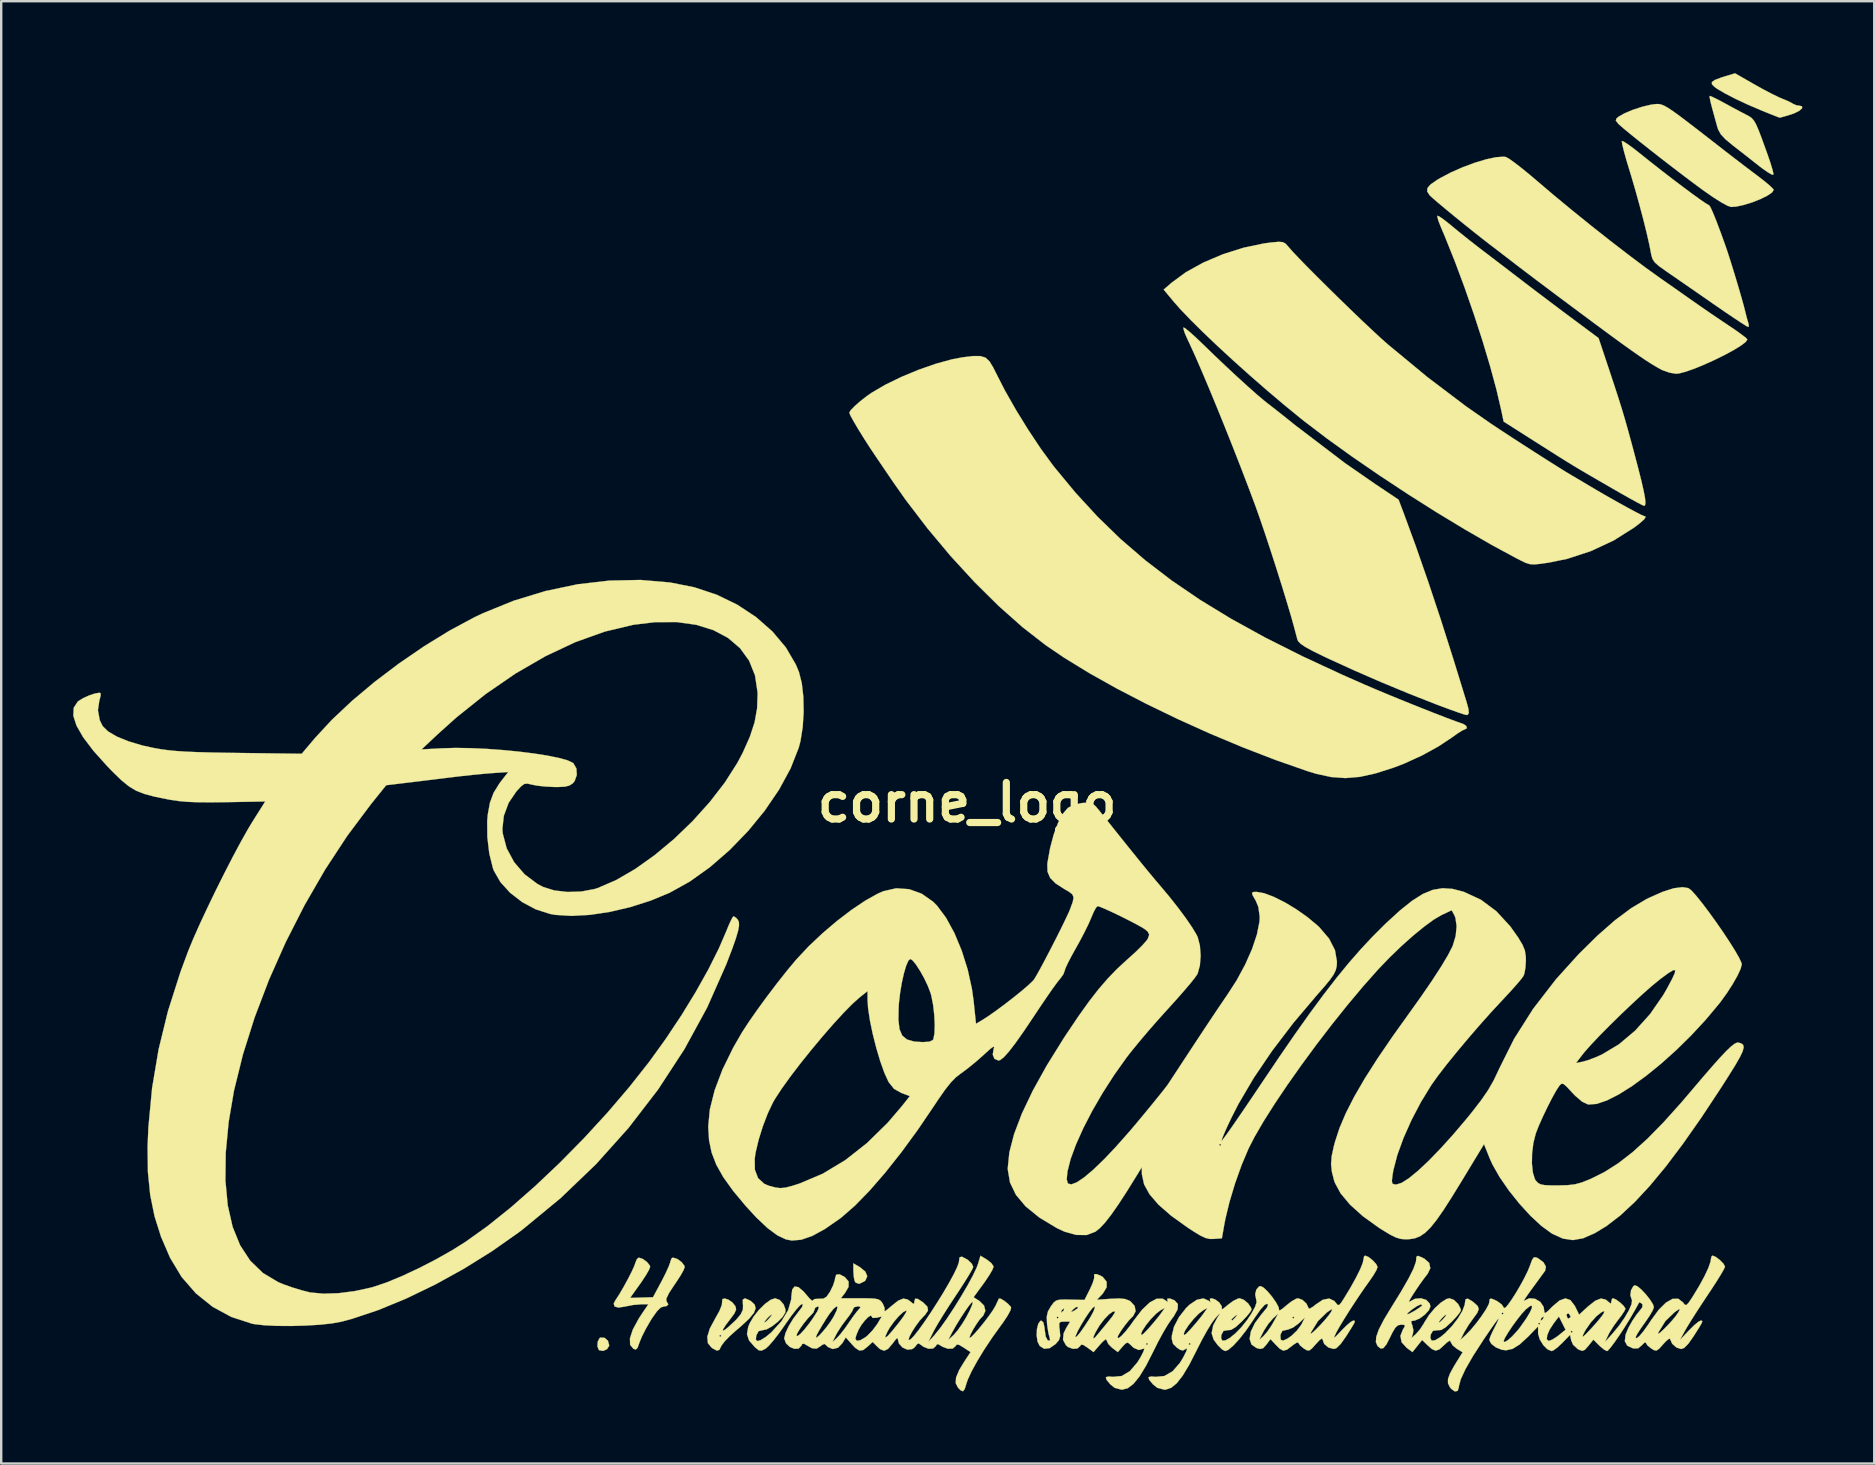
<source format=kicad_pcb>
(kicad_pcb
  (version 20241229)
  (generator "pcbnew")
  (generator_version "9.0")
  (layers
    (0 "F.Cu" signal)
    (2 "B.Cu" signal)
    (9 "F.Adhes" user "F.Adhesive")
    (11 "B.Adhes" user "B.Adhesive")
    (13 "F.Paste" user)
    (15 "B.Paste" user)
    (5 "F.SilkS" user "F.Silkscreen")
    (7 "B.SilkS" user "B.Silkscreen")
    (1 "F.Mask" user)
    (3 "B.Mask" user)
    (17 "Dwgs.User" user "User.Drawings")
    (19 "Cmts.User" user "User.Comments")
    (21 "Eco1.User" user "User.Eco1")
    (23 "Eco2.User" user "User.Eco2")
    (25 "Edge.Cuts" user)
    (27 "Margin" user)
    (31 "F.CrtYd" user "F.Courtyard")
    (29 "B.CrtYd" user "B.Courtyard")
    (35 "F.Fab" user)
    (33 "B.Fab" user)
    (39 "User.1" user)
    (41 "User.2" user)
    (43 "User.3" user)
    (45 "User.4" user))
  (footprint "corne_logo"
    (layer "F.Cu")
    (at 37.25 30.389)
    (property "Reference" "corne_logo" (at 0 0 0) (layer "F.SilkS") (effects (font (size 1.524 1.524) (thickness 0.3))))
    (attr through_hole)
    (fp_poly (pts (xy -15.107 22.306) (xy -14.966 22.431) (xy -14.916 22.619) (xy -14.918 22.641) (xy -15.007 22.782) (xy -15.17 22.854) (xy -15.328 22.825) (xy -15.349 22.807) (xy -15.407 22.658) (xy -15.393 22.466) (xy -15.317 22.32) (xy -15.281 22.298) (xy -15.107 22.306)) (stroke (width 0.01) (type solid)) (fill yes) (layer "F.SilkS"))
    (fp_poly (pts (xy -4.466 19.364) (xy -4.242 19.548) (xy -4.162 19.739) (xy -4.234 19.912) (xy -4.283 19.955) (xy -4.497 20.058) (xy -4.644 20.01) (xy -4.69 19.932) (xy -4.725 19.758) (xy -4.741 19.517) (xy -4.741 19.501) (xy -4.741 19.204) (xy -4.466 19.364)) (stroke (width 0.01) (type solid)) (fill yes) (layer "F.SilkS"))
    (fp_poly (pts (xy 32.789 -29.93) (xy 33.161 -29.723) (xy 33.523 -29.533) (xy 33.823 -29.387) (xy 33.956 -29.33) (xy 34.197 -29.229) (xy 34.372 -29.141) (xy 34.413 -29.113) (xy 34.561 -29.05) (xy 34.646 -29.041) (xy 34.788 -29.01) (xy 34.794 -28.931) (xy 34.681 -28.826) (xy 34.468 -28.719) (xy 34.346 -28.675) (xy 34.093 -28.598) (xy 33.914 -28.548) (xy 33.859 -28.536) (xy 33.771 -28.568) (xy 33.562 -28.649) (xy 33.271 -28.766) (xy 33.105 -28.834) (xy 32.545 -29.073) (xy 32.029 -29.314) (xy 31.589 -29.541) (xy 31.258 -29.736) (xy 31.151 -29.812) (xy 31.036 -29.925) (xy 31.033 -30.018) (xy 31.157 -30.107) (xy 31.423 -30.208) (xy 31.599 -30.263) (xy 31.998 -30.384) (xy 32.789 -29.93)) (stroke (width 0.01) (type solid)) (fill yes) (layer "F.SilkS"))
    (fp_poly (pts (xy 31.019 -29.417) (xy 31.21 -29.326) (xy 31.474 -29.188) (xy 31.548 -29.147) (xy 31.882 -28.965) (xy 32.207 -28.791) (xy 32.455 -28.662) (xy 32.465 -28.658) (xy 32.592 -28.59) (xy 32.694 -28.517) (xy 32.784 -28.414) (xy 32.874 -28.258) (xy 32.976 -28.024) (xy 33.105 -27.688) (xy 33.272 -27.227) (xy 33.359 -26.985) (xy 33.473 -26.652) (xy 33.556 -26.376) (xy 33.597 -26.199) (xy 33.597 -26.158) (xy 33.524 -26.169) (xy 33.352 -26.268) (xy 33.113 -26.437) (xy 33.005 -26.52) (xy 32.647 -26.802) (xy 32.249 -27.114) (xy 31.897 -27.387) (xy 31.896 -27.389) (xy 31.594 -27.639) (xy 31.405 -27.843) (xy 31.295 -28.041) (xy 31.259 -28.151) (xy 31.181 -28.436) (xy 31.086 -28.781) (xy 31.039 -28.953) (xy 30.974 -29.208) (xy 30.939 -29.387) (xy 30.938 -29.442) (xy 31.019 -29.417)) (stroke (width 0.01) (type solid)) (fill yes) (layer "F.SilkS"))
    (fp_poly (pts (xy 28.922 -29.084) (xy 29.044 -29.035) (xy 29.201 -28.947) (xy 29.406 -28.811) (xy 29.676 -28.616) (xy 30.023 -28.354) (xy 30.464 -28.015) (xy 31.012 -27.59) (xy 31.538 -27.18) (xy 31.935 -26.873) (xy 32.369 -26.541) (xy 32.772 -26.235) (xy 32.954 -26.099) (xy 33.235 -25.881) (xy 33.456 -25.695) (xy 33.587 -25.565) (xy 33.609 -25.527) (xy 33.536 -25.415) (xy 33.335 -25.28) (xy 33.048 -25.139) (xy 32.71 -25.006) (xy 32.363 -24.899) (xy 32.044 -24.83) (xy 31.835 -24.815) (xy 31.68 -24.868) (xy 31.419 -25.01) (xy 31.08 -25.225) (xy 30.692 -25.495) (xy 30.31 -25.776) (xy 29.875 -26.103) (xy 29.408 -26.459) (xy 28.931 -26.827) (xy 28.467 -27.19) (xy 28.037 -27.53) (xy 27.665 -27.829) (xy 27.371 -28.071) (xy 27.178 -28.238) (xy 27.124 -28.291) (xy 27.029 -28.418) (xy 27.06 -28.506) (xy 27.142 -28.574) (xy 27.388 -28.715) (xy 27.736 -28.861) (xy 28.123 -28.988) (xy 28.486 -29.075) (xy 28.616 -29.094) (xy 28.723 -29.104) (xy 28.819 -29.104) (xy 28.922 -29.084)) (stroke (width 0.01) (type solid)) (fill yes) (layer "F.SilkS"))
    (fp_poly (pts (xy -9.067 20.742) (xy -8.994 20.79) (xy -8.851 20.927) (xy -8.813 21.081) (xy -8.885 21.268) (xy -9.079 21.504) (xy -9.401 21.807) (xy -9.639 22.009) (xy -9.9 22.243) (xy -10.111 22.464) (xy -10.236 22.631) (xy -10.247 22.655) (xy -10.328 22.812) (xy -10.432 22.84) (xy -10.607 22.746) (xy -10.647 22.718) (xy -10.803 22.53) (xy -10.828 22.267) (xy -10.815 22.225) (xy -10.329 22.225) (xy -10.287 22.267) (xy -10.245 22.225) (xy -10.287 22.183) (xy -10.329 22.225) (xy -10.815 22.225) (xy -10.722 21.92) (xy -10.499 21.506) (xy -10.322 21.188) (xy -10.222 20.941) (xy -10.209 20.808) (xy -10.2 20.694) (xy -10.098 20.669) (xy -9.946 20.719) (xy -9.785 20.829) (xy -9.658 20.986) (xy -9.656 20.99) (xy -9.626 21.12) (xy -9.689 21.279) (xy -9.831 21.475) (xy -10.053 21.766) (xy -10.17 21.948) (xy -10.179 22.016) (xy -10.081 21.964) (xy -9.941 21.849) (xy -9.627 21.556) (xy -9.434 21.327) (xy -9.344 21.132) (xy -9.338 20.942) (xy -9.344 20.908) (xy -9.349 20.716) (xy -9.257 20.661) (xy -9.067 20.742)) (stroke (width 0.01) (type solid)) (fill yes) (layer "F.SilkS"))
    (fp_poly (pts (xy 27.364 -27.535) (xy 27.547 -27.417) (xy 27.802 -27.229) (xy 28.046 -27.036) (xy 28.486 -26.685) (xy 28.943 -26.326) (xy 29.397 -25.976) (xy 29.827 -25.651) (xy 30.213 -25.364) (xy 30.534 -25.132) (xy 30.77 -24.971) (xy 30.899 -24.896) (xy 30.912 -24.892) (xy 30.97 -24.813) (xy 31.076 -24.583) (xy 31.226 -24.212) (xy 31.415 -23.709) (xy 31.584 -23.241) (xy 31.693 -22.921) (xy 31.829 -22.496) (xy 31.978 -22.014) (xy 32.126 -21.521) (xy 32.26 -21.061) (xy 32.365 -20.683) (xy 32.417 -20.479) (xy 32.483 -20.214) (xy 32.543 -20.004) (xy 32.562 -19.95) (xy 32.573 -19.836) (xy 32.542 -19.816) (xy 32.454 -19.863) (xy 32.248 -19.994) (xy 31.949 -20.192) (xy 31.577 -20.443) (xy 31.155 -20.733) (xy 31.073 -20.79) (xy 30.601 -21.118) (xy 30.135 -21.441) (xy 29.709 -21.736) (xy 29.355 -21.98) (xy 29.114 -22.147) (xy 28.828 -22.351) (xy 28.653 -22.506) (xy 28.557 -22.651) (xy 28.507 -22.823) (xy 28.496 -22.887) (xy 28.428 -23.241) (xy 28.319 -23.72) (xy 28.179 -24.285) (xy 28.016 -24.9) (xy 27.842 -25.528) (xy 27.665 -26.131) (xy 27.584 -26.395) (xy 27.461 -26.804) (xy 27.364 -27.154) (xy 27.301 -27.413) (xy 27.28 -27.552) (xy 27.283 -27.565) (xy 27.364 -27.535)) (stroke (width 0.01) (type solid)) (fill yes) (layer "F.SilkS"))
    (fp_poly (pts (xy 19.675 -24.419) (xy 19.849 -24.299) (xy 20.086 -24.114) (xy 20.179 -24.036) (xy 20.489 -23.781) (xy 20.873 -23.473) (xy 21.271 -23.161) (xy 21.473 -23.007) (xy 21.831 -22.734) (xy 22.271 -22.398) (xy 22.741 -22.039) (xy 23.188 -21.697) (xy 23.246 -21.652) (xy 23.723 -21.288) (xy 24.268 -20.877) (xy 24.812 -20.467) (xy 25.29 -20.111) (xy 26.312 -19.351) (xy 26.778 -17.952) (xy 26.981 -17.338) (xy 27.143 -16.838) (xy 27.279 -16.408) (xy 27.4 -16.001) (xy 27.522 -15.572) (xy 27.658 -15.075) (xy 27.762 -14.69) (xy 27.949 -13.981) (xy 28.091 -13.421) (xy 28.188 -12.995) (xy 28.246 -12.69) (xy 28.265 -12.492) (xy 28.248 -12.387) (xy 28.208 -12.361) (xy 28.115 -12.402) (xy 27.901 -12.514) (xy 27.592 -12.684) (xy 27.212 -12.898) (xy 26.875 -13.092) (xy 26.341 -13.401) (xy 25.919 -13.646) (xy 25.576 -13.848) (xy 25.275 -14.028) (xy 24.983 -14.206) (xy 24.666 -14.404) (xy 24.289 -14.643) (xy 23.817 -14.943) (xy 23.684 -15.027) (xy 22.355 -15.873) (xy 22.258 -16.34) (xy 22.057 -17.204) (xy 21.791 -18.184) (xy 21.474 -19.243) (xy 21.116 -20.346) (xy 20.729 -21.458) (xy 20.326 -22.541) (xy 19.917 -23.561) (xy 19.734 -23.994) (xy 19.64 -24.232) (xy 19.594 -24.401) (xy 19.596 -24.45) (xy 19.675 -24.419)) (stroke (width 0.01) (type solid)) (fill yes) (layer "F.SilkS"))
    (fp_poly (pts (xy -12.076 19.021) (xy -11.897 19.152) (xy -11.782 19.303) (xy -11.769 19.359) (xy -11.815 19.485) (xy -11.939 19.706) (xy -12.117 19.983) (xy -12.192 20.091) (xy -12.422 20.44) (xy -12.533 20.67) (xy -12.531 20.777) (xy -12.45 20.912) (xy -12.527 20.987) (xy -12.636 21.001) (xy -12.767 21.046) (xy -12.917 21.191) (xy -13.109 21.46) (xy -13.191 21.589) (xy -13.38 21.916) (xy -13.544 22.237) (xy -13.649 22.488) (xy -13.657 22.512) (xy -13.732 22.722) (xy -13.805 22.796) (xy -13.906 22.766) (xy -14.043 22.599) (xy -14.051 22.33) (xy -13.932 21.966) (xy -13.688 21.513) (xy -13.531 21.273) (xy -13.285 20.913) (xy -13.606 20.913) (xy -13.916 20.938) (xy -14.234 20.999) (xy -14.255 21.005) (xy -14.528 21.047) (xy -14.691 21.002) (xy -14.726 20.881) (xy -14.668 20.762) (xy -14.502 20.507) (xy -14.315 20.188) (xy -14.13 19.85) (xy -13.971 19.537) (xy -13.862 19.295) (xy -13.83 19.198) (xy -13.763 19.029) (xy -13.682 18.965) (xy -13.515 19.02) (xy -13.34 19.148) (xy -13.223 19.294) (xy -13.208 19.351) (xy -13.255 19.472) (xy -13.379 19.689) (xy -13.558 19.962) (xy -13.626 20.058) (xy -14.044 20.644) (xy -13.567 20.63) (xy -13.09 20.616) (xy -12.727 19.939) (xy -12.565 19.621) (xy -12.44 19.346) (xy -12.371 19.158) (xy -12.363 19.113) (xy -12.311 18.988) (xy -12.253 18.965) (xy -12.076 19.021)) (stroke (width 0.01) (type solid)) (fill yes) (layer "F.SilkS"))
    (fp_poly (pts (xy 9.089 -19.758) (xy 9.258 -19.621) (xy 9.498 -19.407) (xy 9.782 -19.136) (xy 9.802 -19.117) (xy 10.283 -18.651) (xy 10.776 -18.183) (xy 11.257 -17.735) (xy 11.702 -17.33) (xy 12.087 -16.989) (xy 12.388 -16.735) (xy 12.498 -16.648) (xy 12.707 -16.486) (xy 13.005 -16.252) (xy 13.349 -15.978) (xy 13.641 -15.743) (xy 15.743 -14.143) (xy 17.011 -13.264) (xy 17.978 -12.618) (xy 18.211 -12.003) (xy 18.701 -10.665) (xy 19.212 -9.199) (xy 19.731 -7.639) (xy 20.245 -6.024) (xy 20.406 -5.503) (xy 20.532 -5.094) (xy 20.652 -4.704) (xy 20.75 -4.385) (xy 20.796 -4.239) (xy 20.884 -3.922) (xy 20.906 -3.735) (xy 20.86 -3.653) (xy 20.807 -3.645) (xy 20.694 -3.675) (xy 20.454 -3.755) (xy 20.117 -3.876) (xy 19.714 -4.025) (xy 19.516 -4.1) (xy 18.432 -4.526) (xy 17.29 -4.999) (xy 16.157 -5.491) (xy 15.102 -5.973) (xy 14.847 -6.093) (xy 14.402 -6.311) (xy 14.093 -6.48) (xy 13.897 -6.612) (xy 13.792 -6.722) (xy 13.764 -6.784) (xy 13.704 -7.008) (xy 13.634 -7.272) (xy 13.632 -7.281) (xy 13.501 -7.752) (xy 13.325 -8.344) (xy 13.118 -9.02) (xy 12.891 -9.741) (xy 12.656 -10.47) (xy 12.426 -11.168) (xy 12.212 -11.797) (xy 12.027 -12.32) (xy 12.012 -12.361) (xy 11.726 -13.125) (xy 11.412 -13.945) (xy 11.08 -14.794) (xy 10.739 -15.649) (xy 10.401 -16.483) (xy 10.075 -17.271) (xy 9.772 -17.988) (xy 9.502 -18.608) (xy 9.275 -19.107) (xy 9.187 -19.292) (xy 9.077 -19.541) (xy 9.016 -19.725) (xy 9.014 -19.795) (xy 9.089 -19.758)) (stroke (width 0.01) (type solid)) (fill yes) (layer "F.SilkS"))
    (fp_poly (pts (xy 22.448 -26.897) (xy 22.579 -26.826) (xy 22.81 -26.662) (xy 23.115 -26.426) (xy 23.468 -26.137) (xy 23.722 -25.922) (xy 24.442 -25.309) (xy 25.215 -24.67) (xy 26.013 -24.026) (xy 26.807 -23.399) (xy 27.568 -22.813) (xy 28.268 -22.288) (xy 28.88 -21.848) (xy 29.041 -21.737) (xy 29.192 -21.631) (xy 29.446 -21.453) (xy 29.766 -21.228) (xy 30.099 -20.993) (xy 30.532 -20.69) (xy 31.016 -20.357) (xy 31.479 -20.044) (xy 31.729 -19.877) (xy 32.044 -19.664) (xy 32.298 -19.48) (xy 32.463 -19.349) (xy 32.512 -19.294) (xy 32.438 -19.185) (xy 32.234 -19.031) (xy 31.931 -18.846) (xy 31.557 -18.644) (xy 31.143 -18.44) (xy 30.717 -18.247) (xy 30.309 -18.079) (xy 29.948 -17.952) (xy 29.665 -17.878) (xy 29.547 -17.865) (xy 29.28 -17.907) (xy 28.985 -18.01) (xy 28.912 -18.045) (xy 28.723 -18.151) (xy 28.517 -18.274) (xy 28.281 -18.425) (xy 28.003 -18.613) (xy 27.67 -18.846) (xy 27.268 -19.134) (xy 26.785 -19.487) (xy 26.208 -19.912) (xy 25.524 -20.42) (xy 24.721 -21.019) (xy 24.553 -21.144) (xy 24.111 -21.476) (xy 23.658 -21.816) (xy 23.238 -22.135) (xy 22.891 -22.399) (xy 22.769 -22.493) (xy 22.442 -22.744) (xy 22.124 -22.989) (xy 21.866 -23.186) (xy 21.795 -23.24) (xy 21.471 -23.491) (xy 21.098 -23.786) (xy 20.702 -24.103) (xy 20.309 -24.422) (xy 19.945 -24.722) (xy 19.634 -24.982) (xy 19.403 -25.181) (xy 19.277 -25.297) (xy 19.273 -25.302) (xy 19.17 -25.458) (xy 19.179 -25.601) (xy 19.311 -25.754) (xy 19.582 -25.941) (xy 19.701 -26.012) (xy 20.153 -26.251) (xy 20.647 -26.469) (xy 21.149 -26.656) (xy 21.624 -26.799) (xy 22.036 -26.887) (xy 22.351 -26.91) (xy 22.448 -26.897)) (stroke (width 0.01) (type solid)) (fill yes) (layer "F.SilkS"))
    (fp_poly (pts (xy 13.153 -23.35) (xy 13.271 -23.286) (xy 13.389 -23.154) (xy 13.395 -23.147) (xy 13.557 -22.961) (xy 13.823 -22.68) (xy 14.171 -22.322) (xy 14.583 -21.908) (xy 15.037 -21.457) (xy 15.513 -20.989) (xy 15.992 -20.525) (xy 16.452 -20.083) (xy 16.875 -19.685) (xy 17.238 -19.348) (xy 17.523 -19.095) (xy 17.528 -19.091) (xy 19.186 -17.72) (xy 20.8 -16.499) (xy 21.844 -15.773) (xy 22.229 -15.518) (xy 22.683 -15.22) (xy 23.176 -14.901) (xy 23.677 -14.579) (xy 24.158 -14.272) (xy 24.589 -14) (xy 24.939 -13.782) (xy 25.179 -13.638) (xy 25.188 -13.632) (xy 25.401 -13.508) (xy 25.686 -13.339) (xy 25.908 -13.206) (xy 26.283 -12.984) (xy 26.688 -12.75) (xy 27.096 -12.52) (xy 27.478 -12.308) (xy 27.807 -12.131) (xy 28.053 -12.003) (xy 28.189 -11.942) (xy 28.204 -11.938) (xy 28.277 -11.905) (xy 28.214 -11.801) (xy 28.011 -11.621) (xy 27.791 -11.454) (xy 26.939 -10.917) (xy 25.99 -10.475) (xy 24.998 -10.151) (xy 24.241 -9.996) (xy 23.878 -9.943) (xy 23.63 -9.92) (xy 23.446 -9.932) (xy 23.272 -9.986) (xy 23.057 -10.09) (xy 22.902 -10.169) (xy 21.867 -10.728) (xy 20.745 -11.375) (xy 19.569 -12.087) (xy 18.373 -12.844) (xy 17.19 -13.624) (xy 16.054 -14.404) (xy 14.999 -15.163) (xy 14.058 -15.879) (xy 13.885 -16.017) (xy 13.207 -16.571) (xy 12.503 -17.167) (xy 11.793 -17.786) (xy 11.098 -18.409) (xy 10.438 -19.017) (xy 9.833 -19.593) (xy 9.305 -20.116) (xy 8.873 -20.568) (xy 8.613 -20.864) (xy 8.19 -21.372) (xy 8.519 -21.658) (xy 9.121 -22.1) (xy 9.849 -22.501) (xy 10.661 -22.846) (xy 11.515 -23.116) (xy 12.369 -23.296) (xy 12.693 -23.338) (xy 12.979 -23.363) (xy 13.153 -23.35)) (stroke (width 0.01) (type solid)) (fill yes) (layer "F.SilkS"))
    (fp_poly (pts (xy 0.765 -18.536) (xy 0.931 -18.383) (xy 1.086 -18.128) (xy 1.186 -17.926) (xy 1.571 -17.173) (xy 2.035 -16.357) (xy 2.545 -15.53) (xy 3.066 -14.747) (xy 3.566 -14.061) (xy 3.637 -13.97) (xy 4.518 -12.905) (xy 5.432 -11.911) (xy 6.393 -10.978) (xy 7.417 -10.096) (xy 8.516 -9.254) (xy 9.705 -8.444) (xy 10.999 -7.655) (xy 12.41 -6.877) (xy 13.954 -6.101) (xy 15.645 -5.316) (xy 16.552 -4.916) (xy 17.065 -4.697) (xy 17.639 -4.457) (xy 18.245 -4.21) (xy 18.852 -3.966) (xy 19.428 -3.738) (xy 19.943 -3.539) (xy 20.366 -3.38) (xy 20.666 -3.275) (xy 20.68 -3.27) (xy 20.798 -3.19) (xy 20.825 -3.095) (xy 20.742 -3.048) (xy 20.74 -3.048) (xy 20.631 -3) (xy 20.433 -2.876) (xy 20.211 -2.716) (xy 19.634 -2.333) (xy 18.95 -1.958) (xy 18.218 -1.624) (xy 17.78 -1.455) (xy 17.025 -1.214) (xy 16.366 -1.068) (xy 15.762 -1.017) (xy 15.171 -1.06) (xy 14.553 -1.193) (xy 14.182 -1.306) (xy 12.86 -1.768) (xy 11.502 -2.292) (xy 10.135 -2.864) (xy 8.784 -3.473) (xy 7.475 -4.106) (xy 6.232 -4.751) (xy 5.081 -5.396) (xy 4.049 -6.029) (xy 3.269 -6.558) (xy 2.308 -7.306) (xy 1.313 -8.19) (xy 0.307 -9.186) (xy -0.689 -10.271) (xy -1.653 -11.422) (xy -2.563 -12.614) (xy -3.099 -13.377) (xy -3.266 -13.624) (xy -3.49 -13.953) (xy -3.73 -14.306) (xy -3.818 -14.436) (xy -4.074 -14.82) (xy -4.323 -15.209) (xy -4.549 -15.575) (xy -4.733 -15.888) (xy -4.86 -16.119) (xy -4.91 -16.242) (xy -4.911 -16.245) (xy -4.847 -16.351) (xy -4.68 -16.522) (xy -4.443 -16.729) (xy -4.173 -16.94) (xy -3.979 -17.074) (xy -3.407 -17.409) (xy -2.736 -17.735) (xy -2.016 -18.033) (xy -1.296 -18.284) (xy -0.626 -18.468) (xy -0.19 -18.55) (xy 0.243 -18.602) (xy 0.548 -18.603) (xy 0.765 -18.536)) (stroke (width 0.01) (type solid)) (fill yes) (layer "F.SilkS"))
    (fp_poly (pts (xy 5.558 19.716) (xy 5.654 19.774) (xy 5.813 19.968) (xy 5.814 20.202) (xy 5.656 20.461) (xy 5.625 20.495) (xy 5.408 20.721) (xy 5.993 20.68) (xy 6.345 20.666) (xy 6.582 20.69) (xy 6.759 20.758) (xy 6.803 20.785) (xy 6.98 20.977) (xy 7.021 21.199) (xy 6.917 21.403) (xy 6.886 21.431) (xy 6.743 21.577) (xy 6.574 21.788) (xy 6.414 22.012) (xy 6.299 22.201) (xy 6.265 22.293) (xy 6.31 22.32) (xy 6.429 22.229) (xy 6.525 22.124) (xy 7.253 22.124) (xy 7.257 22.195) (xy 7.34 22.146) (xy 7.513 21.969) (xy 7.55 21.929) (xy 7.77 21.675) (xy 7.971 21.43) (xy 8.065 21.305) (xy 8.238 21.062) (xy 8.064 21.156) (xy 7.876 21.299) (xy 7.656 21.525) (xy 7.449 21.782) (xy 7.298 22.015) (xy 7.253 22.124) (xy 6.525 22.124) (xy 6.602 22.041) (xy 6.808 21.779) (xy 6.948 21.58) (xy 7.292 21.133) (xy 7.613 20.83) (xy 7.902 20.677) (xy 8.154 20.679) (xy 8.293 20.765) (xy 8.372 20.828) (xy 8.349 20.769) (xy 8.347 20.765) (xy 8.342 20.676) (xy 8.454 20.67) (xy 8.642 20.746) (xy 8.782 20.898) (xy 8.771 21.121) (xy 8.608 21.416) (xy 8.518 21.533) (xy 8.368 21.75) (xy 8.174 22.076) (xy 7.961 22.467) (xy 7.759 22.872) (xy 7.454 23.471) (xy 7.181 23.919) (xy 6.931 24.226) (xy 6.695 24.406) (xy 6.461 24.468) (xy 6.442 24.469) (xy 6.145 24.391) (xy 5.965 24.245) (xy 5.804 24.05) (xy 5.78 23.947) (xy 5.898 23.918) (xy 6.075 23.934) (xy 6.439 23.899) (xy 6.779 23.697) (xy 7.095 23.33) (xy 7.227 23.114) (xy 7.345 22.884) (xy 7.386 22.76) (xy 7.347 22.76) (xy 7.155 22.816) (xy 6.936 22.722) (xy 6.78 22.572) (xy 6.77 22.564) (xy 7.451 22.564) (xy 7.493 22.606) (xy 7.535 22.564) (xy 7.493 22.521) (xy 7.451 22.564) (xy 6.77 22.564) (xy 6.695 22.503) (xy 6.6 22.542) (xy 6.477 22.673) (xy 6.279 22.902) (xy 6.039 22.721) (xy 5.882 22.563) (xy 5.812 22.415) (xy 5.812 22.4) (xy 5.774 22.368) (xy 5.653 22.465) (xy 5.546 22.581) (xy 5.267 22.902) (xy 5.012 22.715) (xy 4.838 22.602) (xy 4.747 22.594) (xy 4.709 22.652) (xy 4.593 22.753) (xy 4.402 22.765) (xy 4.203 22.69) (xy 4.119 22.62) (xy 3.995 22.39) (xy 4 22.333) (xy 5.257 22.333) (xy 5.316 22.307) (xy 5.399 22.214) (xy 5.535 22.05) (xy 5.729 21.816) (xy 5.875 21.64) (xy 6.043 21.428) (xy 6.147 21.27) (xy 6.166 21.209) (xy 6.067 21.217) (xy 5.905 21.335) (xy 5.714 21.533) (xy 5.526 21.781) (xy 5.495 21.829) (xy 5.352 22.073) (xy 5.271 22.248) (xy 5.257 22.333) (xy 4 22.333) (xy 4.005 22.29) (xy 4.517 22.29) (xy 4.586 22.234) (xy 4.711 22.082) (xy 4.873 21.855) (xy 5.055 21.577) (xy 5.137 21.444) (xy 5.262 21.214) (xy 5.321 21.053) (xy 5.307 20.999) (xy 5.222 21.068) (xy 5.084 21.245) (xy 4.919 21.491) (xy 4.752 21.764) (xy 4.61 22.024) (xy 4.521 22.225) (xy 4.517 22.29) (xy 4.005 22.29) (xy 4.02 22.121) (xy 4.135 21.886) (xy 4.29 21.632) (xy 4.048 21.632) (xy 3.898 21.642) (xy 3.837 21.703) (xy 3.841 21.862) (xy 3.859 21.987) (xy 3.879 22.235) (xy 3.826 22.404) (xy 3.69 22.564) (xy 3.441 22.738) (xy 3.209 22.764) (xy 3.024 22.646) (xy 2.934 22.464) (xy 2.896 22.207) (xy 2.909 21.943) (xy 2.964 21.723) (xy 3.052 21.6) (xy 3.09 21.59) (xy 3.176 21.663) (xy 3.226 21.89) (xy 3.234 21.986) (xy 3.277 22.263) (xy 3.357 22.409) (xy 3.379 22.42) (xy 3.458 22.412) (xy 3.436 22.3) (xy 3.39 22.123) (xy 3.346 21.856) (xy 3.329 21.717) (xy 3.319 21.463) (xy 3.725 21.463) (xy 3.768 21.505) (xy 3.81 21.463) (xy 3.768 21.421) (xy 3.725 21.463) (xy 3.319 21.463) (xy 3.318 21.422) (xy 3.359 21.246) (xy 3.915 21.246) (xy 3.927 21.251) (xy 3.964 21.223) (xy 4.328 21.223) (xy 4.36 21.226) (xy 4.473 21.17) (xy 4.602 21.079) (xy 4.62 21.017) (xy 4.531 21.03) (xy 4.422 21.118) (xy 4.328 21.223) (xy 3.964 21.223) (xy 4.004 21.192) (xy 4.022 21.167) (xy 4.043 21.088) (xy 4.032 21.082) (xy 3.954 21.142) (xy 3.937 21.167) (xy 3.915 21.246) (xy 3.359 21.246) (xy 3.37 21.203) (xy 3.489 20.997) (xy 3.602 20.843) (xy 3.708 20.756) (xy 3.856 20.717) (xy 4.095 20.711) (xy 4.292 20.715) (xy 4.891 20.728) (xy 5.12 20.275) (xy 5.234 20.019) (xy 5.295 19.819) (xy 5.294 19.732) (xy 5.292 19.656) (xy 5.394 19.652) (xy 5.558 19.716)) (stroke (width 0.01) (type solid)) (fill yes) (layer "F.SilkS"))
    (fp_poly (pts (xy 16.723 18.938) (xy 16.897 19.074) (xy 17.044 19.233) (xy 17.103 19.356) (xy 17.055 19.486) (xy 16.931 19.699) (xy 16.779 19.921) (xy 16.533 20.267) (xy 16.26 20.669) (xy 15.984 21.09) (xy 15.73 21.491) (xy 15.522 21.834) (xy 15.385 22.081) (xy 15.376 22.099) (xy 15.305 22.251) (xy 15.296 22.302) (xy 15.366 22.247) (xy 15.53 22.077) (xy 15.61 21.992) (xy 15.818 21.785) (xy 15.992 21.64) (xy 16.086 21.59) (xy 16.141 21.595) (xy 16.156 21.629) (xy 16.118 21.719) (xy 16.015 21.892) (xy 15.836 22.175) (xy 15.791 22.246) (xy 15.565 22.565) (xy 15.389 22.736) (xy 15.283 22.773) (xy 15.05 22.709) (xy 14.876 22.558) (xy 14.817 22.392) (xy 14.787 22.334) (xy 14.69 22.398) (xy 14.533 22.567) (xy 14.362 22.758) (xy 14.252 22.837) (xy 14.151 22.825) (xy 14.025 22.749) (xy 13.868 22.62) (xy 13.801 22.514) (xy 13.801 22.512) (xy 13.745 22.503) (xy 13.606 22.589) (xy 13.54 22.641) (xy 13.325 22.803) (xy 13.171 22.842) (xy 13.018 22.755) (xy 12.874 22.611) (xy 12.641 22.362) (xy 12.471 22.589) (xy 12.335 22.74) (xy 12.201 22.771) (xy 12.056 22.731) (xy 11.849 22.586) (xy 11.785 22.394) (xy 12.17 22.394) (xy 12.35 22.233) (xy 12.37 22.211) (xy 13.054 22.211) (xy 13.066 22.384) (xy 13.162 22.426) (xy 13.353 22.338) (xy 13.518 22.221) (xy 13.647 22.098) (xy 14.317 22.098) (xy 14.321 22.137) (xy 14.409 22.075) (xy 14.554 21.94) (xy 14.729 21.761) (xy 14.907 21.564) (xy 15.062 21.377) (xy 15.166 21.228) (xy 15.172 21.217) (xy 15.214 21.124) (xy 15.172 21.126) (xy 15.022 21.226) (xy 14.999 21.242) (xy 14.62 21.608) (xy 14.317 22.098) (xy 13.647 22.098) (xy 13.739 22.01) (xy 13.918 21.771) (xy 13.938 21.734) (xy 14.075 21.463) (xy 13.808 21.714) (xy 13.581 21.879) (xy 13.356 21.97) (xy 13.311 21.975) (xy 13.133 22.019) (xy 13.061 22.165) (xy 13.054 22.211) (xy 12.37 22.211) (xy 12.499 22.063) (xy 12.67 21.815) (xy 12.747 21.684) (xy 12.871 21.463) (xy 13.547 21.463) (xy 13.589 21.505) (xy 13.631 21.463) (xy 13.589 21.421) (xy 13.547 21.463) (xy 12.871 21.463) (xy 12.964 21.297) (xy 12.739 21.507) (xy 12.553 21.722) (xy 12.376 21.992) (xy 12.342 22.056) (xy 12.17 22.394) (xy 11.785 22.394) (xy 11.772 22.353) (xy 11.82 22.05) (xy 11.99 21.695) (xy 12.28 21.307) (xy 12.325 21.256) (xy 12.494 21.049) (xy 12.54 20.93) (xy 12.502 20.887) (xy 12.396 20.936) (xy 12.22 21.134) (xy 11.979 21.477) (xy 11.904 21.592) (xy 11.623 22) (xy 11.345 22.355) (xy 11.091 22.632) (xy 10.883 22.808) (xy 10.756 22.86) (xy 10.625 22.793) (xy 10.448 22.618) (xy 10.272 22.383) (xy 10.187 22.114) (xy 10.253 21.789) (xy 10.378 21.558) (xy 11.007 21.558) (xy 11.048 21.583) (xy 11.16 21.475) (xy 11.187 21.442) (xy 11.26 21.342) (xy 11.216 21.363) (xy 11.155 21.41) (xy 11.038 21.514) (xy 11.007 21.558) (xy 10.378 21.558) (xy 10.426 21.468) (xy 10.519 21.324) (xy 10.525 21.296) (xy 10.434 21.389) (xy 10.328 21.505) (xy 10.189 21.695) (xy 10.003 21.998) (xy 9.793 22.375) (xy 9.583 22.786) (xy 9.562 22.83) (xy 9.254 23.432) (xy 8.982 23.884) (xy 8.736 24.198) (xy 8.506 24.388) (xy 8.28 24.465) (xy 8.22 24.469) (xy 7.923 24.391) (xy 7.743 24.245) (xy 7.582 24.05) (xy 7.558 23.947) (xy 7.676 23.918) (xy 7.853 23.934) (xy 8.218 23.899) (xy 8.56 23.702) (xy 8.87 23.347) (xy 9.011 23.112) (xy 9.136 22.861) (xy 9.167 22.749) (xy 9.113 22.768) (xy 8.994 22.836) (xy 8.87 22.805) (xy 8.738 22.713) (xy 8.589 22.564) (xy 9.229 22.564) (xy 9.271 22.606) (xy 9.313 22.564) (xy 9.271 22.521) (xy 9.229 22.564) (xy 8.589 22.564) (xy 8.579 22.553) (xy 8.527 22.358) (xy 8.529 22.222) (xy 8.553 22.124) (xy 9.031 22.124) (xy 9.035 22.195) (xy 9.118 22.146) (xy 9.291 21.969) (xy 9.328 21.929) (xy 9.548 21.675) (xy 9.749 21.43) (xy 9.843 21.305) (xy 10.016 21.062) (xy 9.842 21.156) (xy 9.654 21.299) (xy 9.434 21.525) (xy 9.227 21.782) (xy 9.076 22.015) (xy 9.031 22.124) (xy 8.553 22.124) (xy 8.619 21.848) (xy 8.827 21.446) (xy 9.122 21.068) (xy 9.271 20.924) (xy 9.576 20.72) (xy 9.847 20.665) (xy 10.069 20.763) (xy 10.071 20.765) (xy 10.15 20.828) (xy 10.127 20.769) (xy 10.125 20.765) (xy 10.116 20.675) (xy 10.208 20.662) (xy 10.353 20.719) (xy 10.502 20.831) (xy 10.61 20.991) (xy 10.612 21.106) (xy 10.632 21.116) (xy 10.749 21.032) (xy 10.866 20.934) (xy 11.086 20.771) (xy 11.285 20.673) (xy 11.356 20.659) (xy 11.532 20.724) (xy 11.713 20.878) (xy 11.833 21.057) (xy 11.851 21.13) (xy 11.796 21.232) (xy 11.65 21.411) (xy 11.451 21.622) (xy 11.19 21.86) (xy 10.998 21.976) (xy 10.863 21.989) (xy 10.683 22.019) (xy 10.593 22.19) (xy 10.583 22.317) (xy 10.632 22.424) (xy 10.762 22.415) (xy 10.952 22.308) (xy 11.181 22.119) (xy 11.426 21.867) (xy 11.665 21.568) (xy 11.839 21.308) (xy 11.997 21.021) (xy 12.061 20.829) (xy 12.044 20.696) (xy 12.039 20.686) (xy 12.002 20.494) (xy 12.051 20.299) (xy 12.16 20.17) (xy 12.23 20.151) (xy 12.355 20.216) (xy 12.527 20.38) (xy 12.711 20.601) (xy 12.873 20.833) (xy 12.98 21.033) (xy 12.999 21.149) (xy 13.027 21.167) (xy 13.149 21.087) (xy 13.291 20.966) (xy 13.511 20.793) (xy 13.705 20.681) (xy 13.788 20.659) (xy 13.97 20.725) (xy 14.138 20.879) (xy 14.223 21.056) (xy 14.224 21.076) (xy 14.279 21.09) (xy 14.419 21.006) (xy 14.523 20.921) (xy 14.824 20.72) (xy 15.088 20.67) (xy 15.3 20.771) (xy 15.355 20.837) (xy 15.434 20.935) (xy 15.501 20.941) (xy 15.592 20.835) (xy 15.704 20.661) (xy 15.974 20.216) (xy 16.203 19.802) (xy 16.379 19.449) (xy 16.485 19.185) (xy 16.51 19.064) (xy 16.539 18.919) (xy 16.583 18.881) (xy 16.723 18.938)) (stroke (width 0.01) (type solid)) (fill yes) (layer "F.SilkS"))
    (fp_poly (pts (xy -12.376 -9.167) (xy -11.368 -8.967) (xy -10.44 -8.66) (xy -9.575 -8.24) (xy -8.794 -7.724) (xy -8.114 -7.126) (xy -7.555 -6.462) (xy -7.137 -5.747) (xy -7.009 -5.44) (xy -6.89 -4.974) (xy -6.825 -4.4) (xy -6.812 -3.771) (xy -6.852 -3.14) (xy -6.944 -2.56) (xy -7.016 -2.286) (xy -7.356 -1.421) (xy -7.837 -0.536) (xy -8.436 0.344) (xy -9.131 1.192) (xy -9.899 1.984) (xy -10.717 2.695) (xy -11.563 3.298) (xy -12.391 3.758) (xy -13.188 4.089) (xy -14.031 4.358) (xy -14.885 4.558) (xy -15.715 4.683) (xy -16.488 4.726) (xy -17.167 4.683) (xy -17.374 4.646) (xy -17.974 4.454) (xy -18.541 4.151) (xy -19.043 3.764) (xy -19.447 3.319) (xy -19.722 2.841) (xy -19.762 2.731) (xy -19.912 2.123) (xy -19.993 1.443) (xy -19.999 0.777) (xy -19.976 0.508) (xy -19.884 0.008) (xy -19.732 -0.402) (xy -19.486 -0.8) (xy -19.37 -0.952) (xy -19.121 -1.269) (xy -19.784 -1.224) (xy -20.149 -1.194) (xy -20.615 -1.149) (xy -21.113 -1.095) (xy -21.463 -1.053) (xy -21.975 -0.99) (xy -22.536 -0.921) (xy -23.063 -0.857) (xy -23.344 -0.823) (xy -24.208 -0.719) (xy -24.854 0.085) (xy -25.83 1.389) (xy -26.753 2.796) (xy -27.611 4.281) (xy -28.394 5.819) (xy -29.091 7.386) (xy -29.69 8.957) (xy -30.179 10.506) (xy -30.55 12.009) (xy -30.773 13.318) (xy -30.894 14.601) (xy -30.907 15.756) (xy -30.811 16.783) (xy -30.607 17.682) (xy -30.294 18.452) (xy -29.874 19.093) (xy -29.346 19.604) (xy -28.71 19.985) (xy -28.506 20.071) (xy -28.12 20.208) (xy -27.722 20.329) (xy -27.391 20.412) (xy -27.359 20.418) (xy -26.829 20.468) (xy -26.198 20.448) (xy -25.519 20.361) (xy -24.844 20.214) (xy -24.736 20.184) (xy -24.186 19.998) (xy -23.542 19.731) (xy -22.844 19.405) (xy -22.136 19.04) (xy -21.458 18.657) (xy -20.913 18.315) (xy -19.994 17.659) (xy -19.017 16.877) (xy -18.006 15.99) (xy -16.982 15.021) (xy -15.969 13.993) (xy -14.99 12.927) (xy -14.067 11.846) (xy -13.239 10.795) (xy -12.556 9.847) (xy -11.907 8.872) (xy -11.311 7.899) (xy -10.784 6.959) (xy -10.344 6.079) (xy -10.032 5.355) (xy -9.913 5.065) (xy -9.81 4.849) (xy -9.742 4.745) (xy -9.734 4.741) (xy -9.636 4.799) (xy -9.562 4.875) (xy -9.512 4.976) (xy -9.505 5.129) (xy -9.545 5.352) (xy -9.637 5.666) (xy -9.787 6.091) (xy -10 6.647) (xy -10.043 6.759) (xy -10.834 8.544) (xy -11.781 10.28) (xy -12.874 11.954) (xy -14.105 13.555) (xy -15.463 15.07) (xy -16.941 16.487) (xy -18.528 17.795) (xy -18.689 17.917) (xy -19.799 18.698) (xy -20.969 19.427) (xy -22.171 20.09) (xy -23.372 20.67) (xy -24.544 21.153) (xy -25.656 21.523) (xy -26.077 21.636) (xy -26.472 21.708) (xy -26.983 21.762) (xy -27.564 21.797) (xy -28.171 21.814) (xy -28.759 21.81) (xy -29.283 21.785) (xy -29.699 21.738) (xy -29.803 21.717) (xy -30.657 21.44) (xy -31.441 21.015) (xy -32.137 20.455) (xy -32.731 19.773) (xy -33.209 18.979) (xy -33.22 18.956) (xy -33.589 18.101) (xy -33.86 17.245) (xy -34.041 16.354) (xy -34.137 15.397) (xy -34.151 14.341) (xy -34.117 13.536) (xy -33.962 11.896) (xy -33.693 10.296) (xy -33.302 8.697) (xy -32.781 7.064) (xy -32.454 6.181) (xy -32.244 5.672) (xy -31.972 5.06) (xy -31.653 4.378) (xy -31.306 3.66) (xy -30.946 2.939) (xy -30.591 2.249) (xy -30.256 1.624) (xy -29.96 1.098) (xy -29.782 0.804) (xy -29.249 -0.042) (xy -30.893 -0.013) (xy -31.548 -0.005) (xy -32.069 -0.01) (xy -32.494 -0.027) (xy -32.857 -0.06) (xy -33.195 -0.11) (xy -33.308 -0.131) (xy -33.854 -0.242) (xy -34.278 -0.354) (xy -34.622 -0.489) (xy -34.927 -0.671) (xy -35.236 -0.922) (xy -35.59 -1.265) (xy -35.832 -1.514) (xy -36.406 -2.153) (xy -36.834 -2.717) (xy -37.113 -3.204) (xy -37.245 -3.615) (xy -37.228 -3.947) (xy -37.062 -4.201) (xy -37.03 -4.227) (xy -36.838 -4.346) (xy -36.594 -4.457) (xy -36.354 -4.538) (xy -36.172 -4.571) (xy -36.109 -4.557) (xy -36.106 -4.457) (xy -36.153 -4.268) (xy -36.162 -4.242) (xy -36.22 -3.843) (xy -36.144 -3.43) (xy -36.023 -3.183) (xy -35.799 -2.962) (xy -35.432 -2.747) (xy -34.946 -2.548) (xy -34.369 -2.376) (xy -33.906 -2.274) (xy -33.605 -2.221) (xy -33.3 -2.179) (xy -32.967 -2.146) (xy -32.58 -2.12) (xy -32.114 -2.1) (xy -31.544 -2.084) (xy -30.844 -2.071) (xy -30.353 -2.064) (xy -27.728 -2.03) (xy -27.574 -2.212) (xy -22.733 -2.212) (xy -21.886 -2.258) (xy -21.315 -2.274) (xy -20.683 -2.264) (xy -20.014 -2.234) (xy -19.334 -2.184) (xy -18.668 -2.119) (xy -18.041 -2.04) (xy -17.478 -1.951) (xy -17.005 -1.855) (xy -16.647 -1.755) (xy -16.429 -1.652) (xy -16.409 -1.636) (xy -16.282 -1.419) (xy -16.265 -1.147) (xy -16.355 -0.891) (xy -16.435 -0.796) (xy -16.571 -0.707) (xy -16.76 -0.659) (xy -17.05 -0.644) (xy -17.218 -0.646) (xy -17.576 -0.664) (xy -17.913 -0.701) (xy -18.139 -0.744) (xy -18.322 -0.787) (xy -18.452 -0.773) (xy -18.582 -0.678) (xy -18.766 -0.48) (xy -18.783 -0.461) (xy -19.107 0.018) (xy -19.306 0.555) (xy -19.366 1.104) (xy -19.352 1.288) (xy -19.187 1.91) (xy -18.876 2.488) (xy -18.441 2.993) (xy -17.905 3.395) (xy -17.665 3.521) (xy -17.204 3.665) (xy -16.654 3.729) (xy -16.076 3.71) (xy -15.529 3.607) (xy -15.397 3.566) (xy -14.631 3.236) (xy -13.829 2.77) (xy -13.014 2.19) (xy -12.209 1.518) (xy -11.439 0.776) (xy -10.728 -0.014) (xy -10.098 -0.829) (xy -9.575 -1.648) (xy -9.355 -2.063) (xy -9.052 -2.742) (xy -8.855 -3.345) (xy -8.752 -3.92) (xy -8.731 -4.513) (xy -8.735 -4.606) (xy -8.84 -5.3) (xy -9.086 -5.91) (xy -9.463 -6.43) (xy -9.962 -6.856) (xy -10.574 -7.182) (xy -11.289 -7.404) (xy -12.099 -7.517) (xy -12.995 -7.515) (xy -13.915 -7.404) (xy -15.103 -7.12) (xy -16.325 -6.682) (xy -17.569 -6.097) (xy -18.819 -5.374) (xy -20.062 -4.519) (xy -21.285 -3.541) (xy -22.069 -2.837) (xy -22.733 -2.212) (xy -27.574 -2.212) (xy -27.178 -2.681) (xy -26.467 -3.449) (xy -25.625 -4.24) (xy -24.683 -5.03) (xy -23.671 -5.795) (xy -22.623 -6.513) (xy -21.568 -7.161) (xy -20.538 -7.714) (xy -20.188 -7.881) (xy -18.899 -8.406) (xy -17.574 -8.81) (xy -16.236 -9.092) (xy -14.908 -9.246) (xy -13.614 -9.273) (xy -12.376 -9.167)) (stroke (width 0.01) (type solid)) (fill yes) (layer "F.SilkS"))
    (fp_poly (pts (xy 0.828 19.051) (xy 1.006 19.191) (xy 1.098 19.326) (xy 1.101 19.347) (xy 1.053 19.473) (xy 0.927 19.691) (xy 0.745 19.962) (xy 0.685 20.047) (xy 0.269 20.616) (xy 0.515 20.773) (xy 0.706 20.964) (xy 0.76 21.183) (xy 0.671 21.386) (xy 0.63 21.425) (xy 0.516 21.552) (xy 0.378 21.752) (xy 0.242 21.974) (xy 0.139 22.172) (xy 0.097 22.296) (xy 0.102 22.312) (xy 0.171 22.274) (xy 0.313 22.13) (xy 0.5 21.914) (xy 0.707 21.659) (xy 0.906 21.397) (xy 1.071 21.161) (xy 1.177 20.984) (xy 1.183 20.972) (xy 1.271 20.783) (xy 1.325 20.674) (xy 1.328 20.668) (xy 1.406 20.68) (xy 1.551 20.768) (xy 1.706 20.892) (xy 1.816 21.011) (xy 1.833 21.043) (xy 1.806 21.162) (xy 1.69 21.378) (xy 1.506 21.657) (xy 1.408 21.791) (xy 1.052 22.286) (xy 0.716 22.791) (xy 0.421 23.275) (xy 0.184 23.707) (xy 0.024 24.055) (xy -0.023 24.194) (xy -0.1 24.439) (xy -0.173 24.535) (xy -0.271 24.495) (xy -0.378 24.387) (xy -0.475 24.202) (xy -0.462 23.964) (xy -0.333 23.653) (xy -0.136 23.326) (xy 0.142 22.902) (xy -0.144 22.714) (xy -0.333 22.601) (xy -0.432 22.587) (xy -0.478 22.65) (xy -0.597 22.754) (xy -0.799 22.763) (xy -1.028 22.679) (xy -1.073 22.65) (xy -1.211 22.569) (xy -1.277 22.598) (xy -1.301 22.65) (xy -1.419 22.754) (xy -1.614 22.762) (xy -1.827 22.676) (xy -1.89 22.627) (xy -2.024 22.537) (xy -2.091 22.578) (xy -2.094 22.586) (xy -2.194 22.711) (xy -2.293 22.779) (xy -2.49 22.801) (xy -2.694 22.709) (xy -2.842 22.544) (xy -2.879 22.407) (xy -2.894 22.319) (xy -2.953 22.348) (xy -3.077 22.506) (xy -3.104 22.544) (xy -3.296 22.77) (xy -3.46 22.846) (xy -3.63 22.778) (xy -3.75 22.669) (xy -3.937 22.479) (xy -4.141 22.669) (xy -4.332 22.817) (xy -4.491 22.838) (xy -4.662 22.726) (xy -4.805 22.574) (xy -5.008 22.344) (xy -4.657 22.344) (xy -4.6 22.43) (xy -4.451 22.408) (xy -4.241 22.286) (xy -4.187 22.243) (xy -3.407 22.243) (xy -3.402 22.302) (xy -3.302 22.223) (xy -3.108 22.004) (xy -2.843 21.675) (xy -2.665 21.436) (xy -2.551 21.257) (xy -2.521 21.17) (xy -2.528 21.167) (xy -2.66 21.232) (xy -2.844 21.401) (xy -3.046 21.634) (xy -3.23 21.891) (xy -3.317 22.044) (xy -3.407 22.243) (xy -4.187 22.243) (xy -4.163 22.224) (xy -3.944 22) (xy -3.749 21.738) (xy -3.735 21.715) (xy -3.56 21.419) (xy -3.77 21.471) (xy -3.939 21.48) (xy -3.979 21.415) (xy -4.022 21.379) (xy -4.13 21.45) (xy -4.272 21.596) (xy -4.416 21.785) (xy -4.525 21.973) (xy -4.613 22.182) (xy -4.656 22.332) (xy -4.657 22.344) (xy -5.008 22.344) (xy -5.056 22.289) (xy -5.2 22.532) (xy -5.382 22.72) (xy -5.599 22.775) (xy -5.802 22.69) (xy -5.844 22.646) (xy -5.942 22.561) (xy -6.044 22.603) (xy -6.094 22.646) (xy -6.272 22.758) (xy -6.457 22.744) (xy -6.648 22.639) (xy -6.799 22.552) (xy -6.872 22.565) (xy -6.909 22.639) (xy -7.023 22.757) (xy -7.199 22.765) (xy -7.389 22.686) (xy -7.544 22.54) (xy -7.568 22.479) (xy -5.611 22.479) (xy -5.429 22.317) (xy -5.284 22.158) (xy -5.096 21.916) (xy -4.95 21.707) (xy -4.772 21.449) (xy -4.611 21.234) (xy -4.522 21.129) (xy -4.44 21.029) (xy -4.499 20.999) (xy -4.566 20.997) (xy -4.707 21.034) (xy -4.741 21.089) (xy -4.791 21.202) (xy -4.919 21.393) (xy -5.027 21.533) (xy -5.227 21.802) (xy -5.404 22.077) (xy -5.462 22.183) (xy -5.611 22.479) (xy -7.568 22.479) (xy -7.619 22.349) (xy -7.62 22.321) (xy -7.613 22.291) (xy -6.303 22.291) (xy -6.258 22.288) (xy -6.153 22.197) (xy -6.009 22.042) (xy -5.848 21.845) (xy -5.691 21.63) (xy -5.562 21.423) (xy -5.433 21.16) (xy -5.402 21.021) (xy -5.453 21.003) (xy -5.57 21.102) (xy -5.741 21.316) (xy -5.854 21.485) (xy -6.029 21.769) (xy -6.181 22.026) (xy -6.266 22.183) (xy -6.303 22.291) (xy -7.613 22.291) (xy -7.593 22.208) (xy -7.112 22.208) (xy -7.068 22.236) (xy -6.949 22.144) (xy -6.775 21.955) (xy -6.567 21.69) (xy -6.421 21.484) (xy -6.248 21.213) (xy -6.179 21.056) (xy -6.207 20.998) (xy -6.22 20.997) (xy -6.334 21.058) (xy -6.35 21.114) (xy -6.41 21.259) (xy -6.491 21.347) (xy -6.634 21.493) (xy -6.804 21.703) (xy -6.964 21.928) (xy -7.078 22.116) (xy -7.112 22.208) (xy -7.593 22.208) (xy -7.569 22.109) (xy -7.435 21.821) (xy -7.246 21.509) (xy -7.03 21.225) (xy -7.025 21.219) (xy -6.875 21.019) (xy -6.852 20.909) (xy -6.873 20.894) (xy -6.957 20.947) (xy -7.112 21.117) (xy -7.317 21.38) (xy -7.552 21.71) (xy -7.574 21.743) (xy -7.822 22.095) (xy -8.06 22.403) (xy -8.261 22.636) (xy -8.398 22.76) (xy -8.4 22.761) (xy -8.563 22.841) (xy -8.681 22.828) (xy -8.832 22.707) (xy -8.854 22.687) (xy -9.088 22.416) (xy -9.174 22.154) (xy -9.122 21.851) (xy -9.068 21.718) (xy -9.044 21.675) (xy -8.451 21.675) (xy -8.369 21.619) (xy -8.255 21.505) (xy -8.157 21.383) (xy -8.144 21.336) (xy -8.226 21.392) (xy -8.34 21.505) (xy -8.437 21.628) (xy -8.451 21.675) (xy -9.044 21.675) (xy -8.903 21.431) (xy -8.677 21.145) (xy -8.425 20.896) (xy -8.186 20.722) (xy -8.001 20.659) (xy -7.807 20.732) (xy -7.648 20.911) (xy -7.568 21.129) (xy -7.578 21.253) (xy -7.689 21.437) (xy -7.888 21.64) (xy -8.126 21.826) (xy -8.355 21.955) (xy -8.524 21.99) (xy -8.689 22.029) (xy -8.786 22.21) (xy -8.804 22.373) (xy -8.751 22.443) (xy -8.603 22.404) (xy -8.387 22.269) (xy -8.162 22.082) (xy -7.74 21.621) (xy -7.459 21.156) (xy -7.331 20.704) (xy -7.324 20.574) (xy -7.289 20.294) (xy -7.188 20.168) (xy -7.026 20.197) (xy -6.811 20.381) (xy -6.71 20.501) (xy -6.558 20.676) (xy -6.458 20.761) (xy -6.435 20.752) (xy -6.361 20.692) (xy -6.174 20.679) (xy -6.165 20.68) (xy -5.984 20.673) (xy -5.855 20.592) (xy -5.722 20.399) (xy -5.701 20.362) (xy -5.581 20.113) (xy -5.511 19.892) (xy -5.505 19.833) (xy -5.456 19.676) (xy -5.315 19.66) (xy -5.099 19.774) (xy -4.939 19.959) (xy -4.94 20.183) (xy -5.086 20.436) (xy -5.262 20.659) (xy -4.461 20.659) (xy -4.086 20.661) (xy -3.842 20.675) (xy -3.692 20.708) (xy -3.599 20.769) (xy -3.524 20.867) (xy -3.52 20.873) (xy -3.439 21.056) (xy -3.441 21.19) (xy -3.42 21.196) (xy -3.301 21.108) (xy -3.148 20.976) (xy -2.873 20.759) (xy -2.662 20.672) (xy -2.481 20.708) (xy -2.356 20.799) (xy -2.241 20.892) (xy -2.204 20.866) (xy -2.201 20.799) (xy -2.167 20.679) (xy -2.054 20.686) (xy -1.847 20.822) (xy -1.832 20.834) (xy -1.655 21.011) (xy -1.63 21.17) (xy -1.754 21.354) (xy -1.828 21.427) (xy -1.983 21.599) (xy -2.149 21.825) (xy -2.299 22.06) (xy -2.405 22.262) (xy -2.441 22.386) (xy -2.434 22.401) (xy -2.355 22.372) (xy -2.208 22.219) (xy -2.009 21.965) (xy -1.772 21.634) (xy -1.513 21.251) (xy -1.248 20.839) (xy -0.99 20.421) (xy -0.756 20.021) (xy -0.561 19.663) (xy -0.419 19.37) (xy -0.345 19.167) (xy -0.339 19.118) (xy -0.317 18.956) (xy -0.233 18.926) (xy -0.191 18.939) (xy 0.024 19.055) (xy 0.191 19.213) (xy 0.254 19.353) (xy 0.209 19.458) (xy 0.085 19.676) (xy -0.103 19.979) (xy -0.336 20.341) (xy -0.473 20.547) (xy -0.746 20.962) (xy -1.003 21.366) (xy -1.219 21.719) (xy -1.371 21.985) (xy -1.407 22.056) (xy -1.615 22.479) (xy -1.539 22.394) (xy -0.785 22.394) (xy -0.56 22.187) (xy -0.403 22.006) (xy -0.212 21.735) (xy -0.034 21.443) (xy 0.109 21.168) (xy 0.205 20.944) (xy 0.236 20.817) (xy 0.234 20.812) (xy 0.182 20.84) (xy 0.066 20.983) (xy -0.093 21.209) (xy -0.275 21.487) (xy -0.457 21.784) (xy -0.619 22.07) (xy -0.678 22.183) (xy -0.785 22.394) (xy -1.539 22.394) (xy -1.351 22.183) (xy -1.118 21.893) (xy -0.844 21.508) (xy -0.551 21.064) (xy -0.259 20.594) (xy 0.011 20.134) (xy 0.236 19.719) (xy 0.396 19.383) (xy 0.455 19.224) (xy 0.555 18.885) (xy 0.828 19.051)) (stroke (width 0.01) (type solid)) (fill yes) (layer "F.SilkS"))
    (fp_poly (pts (xy 31.196 18.936) (xy 31.368 19.067) (xy 31.516 19.219) (xy 31.581 19.34) (xy 31.581 19.341) (xy 31.535 19.447) (xy 31.411 19.664) (xy 31.224 19.966) (xy 30.991 20.325) (xy 30.874 20.499) (xy 30.602 20.909) (xy 30.343 21.308) (xy 30.123 21.657) (xy 29.966 21.917) (xy 29.935 21.971) (xy 29.703 22.394) (xy 30.084 21.992) (xy 30.294 21.785) (xy 30.469 21.64) (xy 30.564 21.59) (xy 30.619 21.595) (xy 30.634 21.629) (xy 30.596 21.719) (xy 30.493 21.892) (xy 30.314 22.175) (xy 30.269 22.246) (xy 30.049 22.559) (xy 29.877 22.73) (xy 29.753 22.775) (xy 29.554 22.71) (xy 29.379 22.554) (xy 29.295 22.37) (xy 29.295 22.352) (xy 29.247 22.345) (xy 29.124 22.446) (xy 29.011 22.567) (xy 28.84 22.758) (xy 28.73 22.837) (xy 28.629 22.825) (xy 28.503 22.749) (xy 28.346 22.62) (xy 28.279 22.512) (xy 28.279 22.51) (xy 28.235 22.5) (xy 28.129 22.602) (xy 28.124 22.609) (xy 27.96 22.746) (xy 27.762 22.749) (xy 27.745 22.745) (xy 27.506 22.634) (xy 27.405 22.447) (xy 27.438 22.173) (xy 27.55 21.901) (xy 27.714 21.606) (xy 27.896 21.336) (xy 27.989 21.223) (xy 28.131 21.04) (xy 28.143 20.92) (xy 28.121 20.89) (xy 28.027 20.828) (xy 28.005 20.834) (xy 27.953 20.925) (xy 27.853 21.106) (xy 27.819 21.167) (xy 27.628 21.496) (xy 27.412 21.845) (xy 27.19 22.185) (xy 26.983 22.484) (xy 26.811 22.714) (xy 26.696 22.843) (xy 26.665 22.86) (xy 26.551 22.805) (xy 26.381 22.667) (xy 26.334 22.622) (xy 26.096 22.383) (xy 25.887 22.643) (xy 25.743 22.805) (xy 25.635 22.852) (xy 25.497 22.804) (xy 25.449 22.779) (xy 25.249 22.595) (xy 25.172 22.42) (xy 25.137 22.243) (xy 25.644 22.243) (xy 25.67 22.254) (xy 25.781 22.154) (xy 25.99 21.935) (xy 25.996 21.929) (xy 26.22 21.68) (xy 26.403 21.461) (xy 26.509 21.316) (xy 26.514 21.308) (xy 26.559 21.202) (xy 26.492 21.212) (xy 26.432 21.243) (xy 26.22 21.409) (xy 25.985 21.671) (xy 25.775 21.973) (xy 25.69 22.129) (xy 25.644 22.243) (xy 25.137 22.243) (xy 25.125 22.184) (xy 24.797 22.522) (xy 24.597 22.709) (xy 24.429 22.832) (xy 24.358 22.86) (xy 24.184 22.788) (xy 24.004 22.607) (xy 23.86 22.372) (xy 23.859 22.369) (xy 24.154 22.369) (xy 24.23 22.437) (xy 24.236 22.437) (xy 24.375 22.386) (xy 24.575 22.26) (xy 24.648 22.204) (xy 24.831 22.056) (xy 25.146 22.056) (xy 25.188 22.098) (xy 25.231 22.056) (xy 25.188 22.013) (xy 25.146 22.056) (xy 24.831 22.056) (xy 24.936 21.971) (xy 24.797 21.695) (xy 24.659 21.42) (xy 24.441 21.705) (xy 24.27 21.969) (xy 24.171 22.202) (xy 24.154 22.369) (xy 23.859 22.369) (xy 23.792 22.137) (xy 23.791 22.109) (xy 23.791 21.833) (xy 23.373 22.262) (xy 23.027 22.581) (xy 22.733 22.765) (xy 22.464 22.827) (xy 22.283 22.806) (xy 22.035 22.707) (xy 21.843 22.559) (xy 21.785 22.452) (xy 22.352 22.452) (xy 22.401 22.483) (xy 22.529 22.408) (xy 22.708 22.25) (xy 22.909 22.032) (xy 23.041 21.868) (xy 23.148 21.717) (xy 23.791 21.717) (xy 23.834 21.759) (xy 23.876 21.717) (xy 23.834 21.675) (xy 23.791 21.717) (xy 23.148 21.717) (xy 23.242 21.584) (xy 23.897 21.584) (xy 23.908 21.59) (xy 23.986 21.53) (xy 24.003 21.505) (xy 24.025 21.426) (xy 24.013 21.421) (xy 23.936 21.48) (xy 23.918 21.505) (xy 23.897 21.584) (xy 23.242 21.584) (xy 23.277 21.535) (xy 23.376 21.373) (xy 24.977 21.373) (xy 25.021 21.489) (xy 25.061 21.505) (xy 25.144 21.445) (xy 25.146 21.426) (xy 25.084 21.311) (xy 25.061 21.294) (xy 24.989 21.313) (xy 24.977 21.373) (xy 23.376 21.373) (xy 23.442 21.264) (xy 23.531 21.072) (xy 23.538 20.972) (xy 23.459 20.981) (xy 23.289 21.114) (xy 23.272 21.13) (xy 23.112 21.304) (xy 22.917 21.55) (xy 22.715 21.828) (xy 22.536 22.097) (xy 22.405 22.318) (xy 22.352 22.449) (xy 22.352 22.452) (xy 21.785 22.452) (xy 21.76 22.404) (xy 21.759 22.394) (xy 21.797 22.266) (xy 21.893 22.049) (xy 21.969 21.899) (xy 22.079 21.68) (xy 22.14 21.537) (xy 22.143 21.505) (xy 22.085 21.572) (xy 21.953 21.753) (xy 21.765 22.022) (xy 21.539 22.354) (xy 21.498 22.416) (xy 21.077 23.069) (xy 20.768 23.606) (xy 20.573 24.024) (xy 20.492 24.32) (xy 20.49 24.363) (xy 20.442 24.517) (xy 20.323 24.542) (xy 20.174 24.438) (xy 20.108 24.353) (xy 20.037 24.199) (xy 20.037 24.027) (xy 20.115 23.805) (xy 20.283 23.497) (xy 20.393 23.316) (xy 20.646 22.91) (xy 20.398 22.759) (xy 20.23 22.62) (xy 20.151 22.484) (xy 20.151 22.474) (xy 20.114 22.423) (xy 19.997 22.498) (xy 19.89 22.599) (xy 19.681 22.787) (xy 19.523 22.843) (xy 19.363 22.773) (xy 19.2 22.63) (xy 18.959 22.399) (xy 18.557 22.902) (xy 18.317 22.725) (xy 18.102 22.489) (xy 18.054 22.225) (xy 18.156 21.966) (xy 18.242 21.82) (xy 18.214 21.767) (xy 18.081 21.759) (xy 17.952 21.786) (xy 17.841 21.887) (xy 17.717 22.096) (xy 17.635 22.266) (xy 17.477 22.574) (xy 17.349 22.733) (xy 17.234 22.756) (xy 17.111 22.659) (xy 17.102 22.648) (xy 17.032 22.486) (xy 17.049 22.26) (xy 17.158 21.953) (xy 17.367 21.549) (xy 17.5 21.328) (xy 18.329 21.328) (xy 18.42 21.304) (xy 18.627 21.192) (xy 18.68 21.16) (xy 18.861 21.04) (xy 18.959 20.959) (xy 18.965 20.948) (xy 18.907 20.913) (xy 18.739 20.99) (xy 18.542 21.124) (xy 18.366 21.268) (xy 18.329 21.328) (xy 17.5 21.328) (xy 17.675 21.039) (xy 18.085 20.375) (xy 18.391 19.841) (xy 18.595 19.435) (xy 18.698 19.152) (xy 18.711 19.053) (xy 18.723 18.925) (xy 18.785 18.892) (xy 18.936 18.95) (xy 19.054 19.01) (xy 19.254 19.186) (xy 19.301 19.408) (xy 19.192 19.636) (xy 19.047 19.822) (xy 18.88 20.053) (xy 18.712 20.299) (xy 18.563 20.528) (xy 18.454 20.708) (xy 18.406 20.808) (xy 18.428 20.807) (xy 18.66 20.681) (xy 18.912 20.659) (xy 19.133 20.729) (xy 19.276 20.879) (xy 19.304 21.007) (xy 19.236 21.164) (xy 19.07 21.344) (xy 18.86 21.5) (xy 18.662 21.585) (xy 18.617 21.59) (xy 18.504 21.613) (xy 18.518 21.711) (xy 18.544 21.763) (xy 18.594 21.982) (xy 18.578 22.122) (xy 18.519 22.31) (xy 18.709 22.14) (xy 18.872 21.952) (xy 19.034 21.703) (xy 19.049 21.675) (xy 19.659 21.675) (xy 19.74 21.619) (xy 19.854 21.505) (xy 19.952 21.383) (xy 19.965 21.336) (xy 19.884 21.392) (xy 19.77 21.505) (xy 19.672 21.628) (xy 19.659 21.675) (xy 19.049 21.675) (xy 19.063 21.65) (xy 19.25 21.353) (xy 19.489 21.071) (xy 19.742 20.838) (xy 19.972 20.691) (xy 20.099 20.659) (xy 20.286 20.729) (xy 20.461 20.898) (xy 20.566 21.101) (xy 20.574 21.166) (xy 20.518 21.268) (xy 20.372 21.447) (xy 20.187 21.643) (xy 19.941 21.868) (xy 19.759 21.978) (xy 19.607 21.994) (xy 19.598 21.992) (xy 19.41 22.015) (xy 19.316 22.175) (xy 19.304 22.317) (xy 19.356 22.425) (xy 19.502 22.408) (xy 19.728 22.271) (xy 19.911 22.119) (xy 20.198 21.824) (xy 20.449 21.499) (xy 20.638 21.185) (xy 20.736 20.924) (xy 20.743 20.854) (xy 20.769 20.7) (xy 20.861 20.675) (xy 21.039 20.778) (xy 21.113 20.834) (xy 21.272 20.979) (xy 21.32 21.109) (xy 21.256 21.271) (xy 21.094 21.493) (xy 20.903 21.76) (xy 20.734 22.038) (xy 20.702 22.098) (xy 20.552 22.394) (xy 20.783 22.183) (xy 20.995 21.963) (xy 21.225 21.686) (xy 21.443 21.392) (xy 21.508 21.294) (xy 22.267 21.294) (xy 22.31 21.336) (xy 22.352 21.294) (xy 22.31 21.251) (xy 22.267 21.294) (xy 21.508 21.294) (xy 21.623 21.12) (xy 21.735 20.908) (xy 21.759 20.82) (xy 21.772 20.698) (xy 21.837 20.67) (xy 21.993 20.732) (xy 22.096 20.785) (xy 22.275 20.916) (xy 22.368 21.058) (xy 22.369 21.06) (xy 22.419 21.061) (xy 22.529 20.94) (xy 22.681 20.727) (xy 22.859 20.45) (xy 23.043 20.138) (xy 23.216 19.82) (xy 23.361 19.525) (xy 23.457 19.289) (xy 23.543 19.056) (xy 23.614 18.955) (xy 23.704 18.954) (xy 23.789 18.992) (xy 24.013 19.156) (xy 24.118 19.341) (xy 24.087 19.508) (xy 24.001 19.627) (xy 23.843 19.844) (xy 23.641 20.121) (xy 23.547 20.249) (xy 23.363 20.505) (xy 23.239 20.687) (xy 23.191 20.771) (xy 23.205 20.765) (xy 23.423 20.659) (xy 23.665 20.681) (xy 23.881 20.807) (xy 24.02 21.014) (xy 24.045 21.162) (xy 24.056 21.259) (xy 24.107 21.266) (xy 24.223 21.17) (xy 24.389 21.002) (xy 24.682 20.753) (xy 24.928 20.664) (xy 25.137 20.735) (xy 25.317 20.967) (xy 25.345 21.022) (xy 25.502 21.342) (xy 25.872 21) (xy 26.171 20.764) (xy 26.408 20.67) (xy 26.607 20.713) (xy 26.706 20.792) (xy 26.808 20.88) (xy 26.838 20.842) (xy 26.839 20.792) (xy 26.877 20.675) (xy 26.913 20.659) (xy 27.038 20.711) (xy 27.207 20.834) (xy 27.358 20.977) (xy 27.431 21.088) (xy 27.432 21.095) (xy 27.382 21.204) (xy 27.255 21.393) (xy 27.146 21.533) (xy 26.948 21.802) (xy 26.775 22.077) (xy 26.719 22.183) (xy 26.578 22.479) (xy 26.885 22.14) (xy 27.155 21.814) (xy 27.39 21.479) (xy 27.572 21.168) (xy 27.683 20.911) (xy 27.706 20.739) (xy 27.69 20.706) (xy 27.636 20.535) (xy 27.665 20.324) (xy 27.759 20.157) (xy 27.816 20.119) (xy 27.926 20.156) (xy 28.093 20.295) (xy 28.281 20.493) (xy 28.454 20.712) (xy 28.578 20.909) (xy 28.617 21.03) (xy 28.569 21.161) (xy 28.443 21.381) (xy 28.264 21.645) (xy 28.236 21.684) (xy 28.053 21.943) (xy 27.918 22.155) (xy 27.857 22.278) (xy 27.855 22.287) (xy 27.896 22.327) (xy 28.009 22.238) (xy 28.128 22.098) (xy 28.794 22.098) (xy 28.795 22.142) (xy 28.881 22.086) (xy 29.024 21.955) (xy 29.198 21.779) (xy 29.376 21.584) (xy 29.53 21.398) (xy 29.636 21.246) (xy 29.644 21.232) (xy 29.697 21.124) (xy 29.672 21.11) (xy 29.545 21.194) (xy 29.477 21.242) (xy 29.097 21.608) (xy 28.794 22.098) (xy 28.128 22.098) (xy 28.181 22.035) (xy 28.395 21.734) (xy 28.496 21.58) (xy 28.816 21.141) (xy 29.118 20.841) (xy 29.393 20.685) (xy 29.632 20.679) (xy 29.826 20.827) (xy 29.834 20.839) (xy 29.907 20.929) (xy 29.972 20.94) (xy 30.059 20.852) (xy 30.198 20.646) (xy 30.251 20.563) (xy 30.513 20.13) (xy 30.732 19.726) (xy 30.892 19.382) (xy 30.978 19.129) (xy 30.988 19.053) (xy 31.018 18.914) (xy 31.061 18.881) (xy 31.196 18.936)) (stroke (width 0.01) (type solid)) (fill yes) (layer "F.SilkS"))
    (fp_poly (pts (xy 5.213 0.039) (xy 5.351 0.152) (xy 5.516 0.35) (xy 6.163 1.163) (xy 6.714 1.851) (xy 7.174 2.421) (xy 7.551 2.883) (xy 7.852 3.244) (xy 8.045 3.471) (xy 8.429 3.928) (xy 8.793 4.389) (xy 9.117 4.826) (xy 9.379 5.21) (xy 9.559 5.51) (xy 9.607 5.61) (xy 9.699 5.962) (xy 9.73 6.377) (xy 9.699 6.786) (xy 9.609 7.119) (xy 9.585 7.167) (xy 9.482 7.314) (xy 9.285 7.559) (xy 9.014 7.877) (xy 8.691 8.244) (xy 8.348 8.622) (xy 7.948 9.065) (xy 7.538 9.535) (xy 7.153 9.991) (xy 6.825 10.393) (xy 6.647 10.622) (xy 6.128 11.352) (xy 5.647 12.101) (xy 5.214 12.847) (xy 4.841 13.57) (xy 4.537 14.246) (xy 4.313 14.854) (xy 4.181 15.373) (xy 4.149 15.701) (xy 4.197 15.874) (xy 4.339 15.915) (xy 4.568 15.829) (xy 4.877 15.622) (xy 5.26 15.299) (xy 5.711 14.864) (xy 6.222 14.323) (xy 6.272 14.266) (xy 10.499 14.266) (xy 10.541 14.309) (xy 10.583 14.266) (xy 10.541 14.224) (xy 10.499 14.266) (xy 6.272 14.266) (xy 6.789 13.681) (xy 7.049 13.373) (xy 7.406 12.944) (xy 7.734 12.545) (xy 8.015 12.197) (xy 8.231 11.926) (xy 8.362 11.754) (xy 8.38 11.726) (xy 9 10.781) (xy 9.529 9.976) (xy 9.971 9.307) (xy 10.327 8.772) (xy 10.599 8.368) (xy 10.788 8.091) (xy 10.822 8.043) (xy 11.233 7.408) (xy 11.587 6.751) (xy 11.873 6.106) (xy 12.074 5.504) (xy 12.18 4.978) (xy 12.192 4.769) (xy 12.135 4.349) (xy 12.022 4.083) (xy 11.899 3.871) (xy 11.869 3.766) (xy 11.938 3.729) (xy 12.062 3.725) (xy 12.376 3.78) (xy 12.779 3.932) (xy 13.237 4.161) (xy 13.714 4.448) (xy 14.177 4.774) (xy 14.591 5.118) (xy 14.68 5.202) (xy 15.083 5.675) (xy 15.328 6.154) (xy 15.409 6.624) (xy 15.4 6.816) (xy 15.36 6.987) (xy 15.273 7.168) (xy 15.121 7.386) (xy 14.887 7.67) (xy 14.56 8.043) (xy 13.587 9.194) (xy 12.71 10.346) (xy 11.944 11.476) (xy 11.305 12.563) (xy 11.027 13.107) (xy 10.854 13.472) (xy 10.717 13.779) (xy 10.628 13.998) (xy 10.6 14.098) (xy 10.601 14.101) (xy 10.655 14.042) (xy 10.792 13.858) (xy 11 13.565) (xy 11.267 13.179) (xy 11.584 12.716) (xy 11.939 12.191) (xy 12.215 11.78) (xy 12.973 10.655) (xy 13.657 9.662) (xy 14.279 8.785) (xy 14.852 8.009) (xy 15.386 7.318) (xy 15.893 6.699) (xy 16.385 6.135) (xy 16.873 5.612) (xy 17.371 5.114) (xy 17.454 5.033) (xy 18.037 4.499) (xy 18.543 4.094) (xy 18.993 3.81) (xy 19.411 3.639) (xy 19.815 3.572) (xy 20.229 3.601) (xy 20.674 3.716) (xy 20.709 3.728) (xy 21.411 4.054) (xy 22.05 4.53) (xy 22.63 5.159) (xy 22.959 5.622) (xy 23.141 5.926) (xy 23.24 6.167) (xy 23.279 6.416) (xy 23.283 6.58) (xy 23.265 6.877) (xy 23.22 7.129) (xy 23.185 7.223) (xy 23.093 7.352) (xy 22.907 7.573) (xy 22.653 7.858) (xy 22.356 8.179) (xy 22.284 8.255) (xy 21.827 8.748) (xy 21.343 9.291) (xy 20.857 9.855) (xy 20.391 10.412) (xy 19.969 10.933) (xy 19.617 11.39) (xy 19.356 11.755) (xy 19.347 11.768) (xy 18.911 12.479) (xy 18.519 13.227) (xy 18.186 13.973) (xy 17.928 14.681) (xy 17.762 15.315) (xy 17.726 15.526) (xy 17.699 15.763) (xy 17.718 15.878) (xy 17.8 15.914) (xy 17.891 15.917) (xy 18.106 15.85) (xy 18.408 15.658) (xy 18.783 15.351) (xy 19.22 14.942) (xy 19.706 14.442) (xy 20.23 13.864) (xy 20.778 13.22) (xy 21.048 12.888) (xy 21.422 12.403) (xy 21.709 11.986) (xy 21.939 11.585) (xy 22.148 11.146) (xy 22.168 11.099) (xy 22.289 10.857) (xy 25.37 10.857) (xy 25.66 10.799) (xy 25.892 10.731) (xy 26.2 10.613) (xy 26.458 10.498) (xy 27.162 10.076) (xy 27.836 9.508) (xy 28.459 8.816) (xy 29.008 8.023) (xy 29.161 7.757) (xy 29.371 7.364) (xy 29.488 7.11) (xy 29.507 6.986) (xy 29.421 6.987) (xy 29.225 7.105) (xy 28.915 7.333) (xy 28.862 7.374) (xy 28.545 7.633) (xy 28.152 7.979) (xy 27.711 8.386) (xy 27.248 8.826) (xy 26.792 9.273) (xy 26.369 9.7) (xy 26.008 10.081) (xy 25.735 10.388) (xy 25.655 10.488) (xy 25.37 10.857) (xy 22.289 10.857) (xy 22.795 9.844) (xy 23.587 8.596) (xy 24.541 7.362) (xy 25.484 6.319) (xy 26.271 5.543) (xy 26.993 4.91) (xy 27.663 4.41) (xy 28.291 4.035) (xy 28.406 3.978) (xy 28.982 3.722) (xy 29.446 3.574) (xy 29.81 3.528) (xy 30.054 3.568) (xy 30.179 3.664) (xy 30.374 3.879) (xy 30.621 4.185) (xy 30.901 4.556) (xy 31.198 4.966) (xy 31.491 5.389) (xy 31.762 5.798) (xy 31.994 6.168) (xy 32.168 6.471) (xy 32.265 6.682) (xy 32.279 6.747) (xy 32.23 6.935) (xy 32.097 7.221) (xy 31.899 7.569) (xy 31.658 7.944) (xy 31.393 8.31) (xy 31.337 8.382) (xy 30.775 9.054) (xy 30.175 9.701) (xy 29.553 10.313) (xy 28.925 10.877) (xy 28.306 11.381) (xy 27.712 11.814) (xy 27.158 12.162) (xy 26.661 12.415) (xy 26.235 12.56) (xy 25.897 12.585) (xy 25.866 12.58) (xy 25.629 12.468) (xy 25.338 12.221) (xy 25.209 12.086) (xy 24.998 11.858) (xy 24.867 11.739) (xy 24.783 11.713) (xy 24.713 11.763) (xy 24.673 11.811) (xy 24.543 12.01) (xy 24.37 12.321) (xy 24.177 12.699) (xy 23.986 13.099) (xy 23.819 13.475) (xy 23.698 13.784) (xy 23.695 13.793) (xy 23.595 14.186) (xy 23.541 14.62) (xy 23.534 15.047) (xy 23.573 15.421) (xy 23.658 15.695) (xy 23.699 15.76) (xy 23.792 15.856) (xy 23.905 15.915) (xy 24.08 15.946) (xy 24.357 15.957) (xy 24.61 15.957) (xy 25.016 15.947) (xy 25.325 15.911) (xy 25.611 15.834) (xy 25.946 15.701) (xy 25.969 15.692) (xy 26.547 15.405) (xy 27.126 15.038) (xy 27.721 14.578) (xy 28.347 14.013) (xy 29.017 13.33) (xy 29.748 12.516) (xy 30.097 12.107) (xy 30.616 11.496) (xy 31.039 11.007) (xy 31.377 10.628) (xy 31.641 10.349) (xy 31.842 10.159) (xy 31.989 10.048) (xy 32.093 10.004) (xy 32.134 10.004) (xy 32.262 10.041) (xy 32.338 10.104) (xy 32.358 10.21) (xy 32.313 10.376) (xy 32.198 10.616) (xy 32.007 10.949) (xy 31.732 11.391) (xy 31.408 11.898) (xy 30.59 13.136) (xy 29.827 14.223) (xy 29.115 15.167) (xy 28.446 15.974) (xy 27.816 16.652) (xy 27.217 17.208) (xy 26.644 17.648) (xy 26.155 17.946) (xy 25.669 18.159) (xy 25.241 18.235) (xy 24.829 18.173) (xy 24.392 17.975) (xy 24.341 17.944) (xy 23.925 17.641) (xy 23.471 17.219) (xy 23.011 16.715) (xy 22.573 16.167) (xy 22.189 15.61) (xy 21.889 15.083) (xy 21.779 14.838) (xy 21.538 14.238) (xy 20.612 15.767) (xy 20.199 16.439) (xy 19.853 16.978) (xy 19.562 17.396) (xy 19.31 17.71) (xy 19.083 17.932) (xy 18.869 18.078) (xy 18.653 18.162) (xy 18.421 18.198) (xy 18.269 18.203) (xy 18.072 18.187) (xy 17.871 18.128) (xy 17.627 18.008) (xy 17.301 17.811) (xy 17.143 17.709) (xy 16.487 17.237) (xy 15.958 16.761) (xy 15.565 16.292) (xy 15.323 15.844) (xy 15.29 15.747) (xy 15.198 15.385) (xy 15.165 15.068) (xy 15.191 14.737) (xy 15.278 14.333) (xy 15.33 14.138) (xy 15.518 13.564) (xy 15.782 12.942) (xy 16.13 12.26) (xy 16.568 11.505) (xy 17.104 10.665) (xy 17.744 9.727) (xy 18.374 8.848) (xy 18.91 8.097) (xy 19.372 7.424) (xy 19.75 6.841) (xy 20.037 6.361) (xy 20.224 5.996) (xy 20.234 5.972) (xy 20.358 5.563) (xy 20.397 5.154) (xy 20.346 4.802) (xy 20.294 4.68) (xy 20.19 4.492) (xy 19.768 4.69) (xy 19.449 4.877) (xy 19.046 5.171) (xy 18.586 5.547) (xy 18.095 5.985) (xy 17.601 6.462) (xy 17.128 6.954) (xy 17.112 6.972) (xy 16.493 7.67) (xy 15.849 8.438) (xy 15.196 9.254) (xy 14.55 10.096) (xy 13.927 10.943) (xy 13.342 11.772) (xy 12.811 12.562) (xy 12.35 13.29) (xy 11.975 13.936) (xy 11.729 14.416) (xy 11.439 15.102) (xy 11.166 15.866) (xy 10.932 16.643) (xy 10.758 17.364) (xy 10.719 17.568) (xy 10.615 18.161) (xy 10.276 18.186) (xy 10.103 18.186) (xy 9.933 18.146) (xy 9.727 18.051) (xy 9.449 17.883) (xy 9.181 17.707) (xy 8.498 17.217) (xy 7.974 16.759) (xy 7.601 16.327) (xy 7.373 15.911) (xy 7.284 15.505) (xy 7.282 15.452) (xy 7.278 15.198) (xy 7.098 15.494) (xy 6.667 16.189) (xy 6.304 16.748) (xy 5.999 17.184) (xy 5.743 17.511) (xy 5.524 17.743) (xy 5.348 17.884) (xy 4.987 18.023) (xy 4.55 18.021) (xy 4.053 17.882) (xy 3.738 17.735) (xy 3.005 17.292) (xy 2.438 16.831) (xy 2.032 16.347) (xy 1.786 15.836) (xy 1.694 15.293) (xy 1.693 15.237) (xy 1.759 14.58) (xy 1.956 13.82) (xy 2.282 12.962) (xy 2.736 12.009) (xy 3.316 10.964) (xy 4.02 9.831) (xy 4.138 9.652) (xy 4.632 8.918) (xy 5.068 8.307) (xy 5.468 7.791) (xy 5.854 7.343) (xy 6.247 6.936) (xy 6.671 6.544) (xy 6.741 6.483) (xy 7.036 6.215) (xy 7.289 5.965) (xy 7.467 5.766) (xy 7.531 5.675) (xy 7.587 5.51) (xy 7.531 5.388) (xy 7.436 5.302) (xy 7.294 5.209) (xy 7.045 5.071) (xy 6.728 4.906) (xy 6.381 4.732) (xy 6.039 4.568) (xy 5.742 4.433) (xy 5.525 4.343) (xy 5.434 4.318) (xy 5.366 4.391) (xy 5.266 4.579) (xy 5.178 4.787) (xy 5.058 5.063) (xy 4.878 5.428) (xy 4.668 5.826) (xy 4.531 6.07) (xy 4.342 6.411) (xy 4.189 6.707) (xy 4.091 6.923) (xy 4.064 7.014) (xy 4.009 7.161) (xy 3.876 7.344) (xy 3.86 7.361) (xy 3.749 7.501) (xy 3.564 7.755) (xy 3.326 8.097) (xy 3.053 8.499) (xy 2.793 8.89) (xy 2.369 9.522) (xy 2.022 10.015) (xy 1.745 10.375) (xy 1.532 10.612) (xy 1.377 10.733) (xy 1.306 10.753) (xy 1.14 10.684) (xy 1.067 10.508) (xy 1.101 10.286) (xy 1.127 10.189) (xy 1.091 10.177) (xy 0.973 10.262) (xy 0.758 10.453) (xy 0.671 10.534) (xy 0.362 10.806) (xy 0.034 11.073) (xy -0.245 11.281) (xy -0.265 11.294) (xy -0.473 11.456) (xy -0.683 11.671) (xy -0.917 11.967) (xy -1.2 12.371) (xy -1.362 12.616) (xy -2.055 13.638) (xy -2.746 14.582) (xy -3.421 15.434) (xy -4.068 16.178) (xy -4.675 16.8) (xy -5.229 17.284) (xy -5.32 17.353) (xy -5.928 17.774) (xy -6.452 18.061) (xy -6.907 18.219) (xy -7.303 18.253) (xy -7.549 18.207) (xy -7.905 18.039) (xy -8.314 17.737) (xy -8.784 17.294) (xy -9.229 16.81) (xy -9.757 16.175) (xy -10.161 15.611) (xy -10.453 15.092) (xy -10.55 14.841) (xy -8.852 14.841) (xy -8.845 15.303) (xy -8.711 15.653) (xy -8.453 15.89) (xy -8.255 15.973) (xy -7.995 16.042) (xy -7.783 16.069) (xy -7.565 16.048) (xy -7.286 15.975) (xy -6.97 15.873) (xy -6.017 15.469) (xy -5.08 14.905) (xy -4.171 14.191) (xy -3.302 13.337) (xy -2.723 12.658) (xy -2.387 12.235) (xy -2.737 12.106) (xy -3.046 11.933) (xy -3.269 11.653) (xy -3.276 11.641) (xy -3.444 11.276) (xy -3.618 10.79) (xy -3.785 10.23) (xy -3.934 9.642) (xy -4.052 9.074) (xy -4.054 9.06) (xy -2.864 9.06) (xy -2.818 9.448) (xy -2.703 9.714) (xy -2.503 9.878) (xy -2.204 9.962) (xy -1.851 9.985) (xy -1.576 9.968) (xy -1.434 9.902) (xy -1.406 9.857) (xy -1.361 9.619) (xy -1.35 9.268) (xy -1.37 8.858) (xy -1.417 8.44) (xy -1.489 8.067) (xy -1.522 7.946) (xy -1.635 7.648) (xy -1.789 7.325) (xy -1.963 7.013) (xy -2.134 6.75) (xy -2.28 6.574) (xy -2.369 6.519) (xy -2.452 6.598) (xy -2.544 6.812) (xy -2.637 7.129) (xy -2.723 7.515) (xy -2.794 7.938) (xy -2.843 8.365) (xy -2.854 8.528) (xy -2.864 9.06) (xy -4.054 9.06) (xy -4.127 8.572) (xy -4.149 8.239) (xy -4.149 7.86) (xy -4.474 8.118) (xy -4.775 8.386) (xy -5.15 8.767) (xy -5.577 9.233) (xy -6.034 9.758) (xy -6.499 10.316) (xy -6.95 10.878) (xy -7.364 11.42) (xy -7.719 11.913) (xy -7.994 12.332) (xy -8.085 12.487) (xy -8.304 12.946) (xy -8.513 13.492) (xy -8.69 14.06) (xy -8.814 14.585) (xy -8.852 14.841) (xy -10.55 14.841) (xy -10.647 14.588) (xy -10.754 14.074) (xy -10.788 13.522) (xy -10.789 13.504) (xy -10.721 12.789) (xy -10.521 11.992) (xy -10.194 11.128) (xy -9.747 10.216) (xy -9.384 9.586) (xy -9.11 9.163) (xy -8.755 8.654) (xy -8.35 8.099) (xy -7.924 7.538) (xy -7.509 7.012) (xy -7.133 6.562) (xy -7.106 6.531) (xy -6.599 5.99) (xy -6.029 5.452) (xy -5.427 4.94) (xy -4.823 4.479) (xy -4.247 4.091) (xy -3.729 3.802) (xy -3.491 3.697) (xy -2.956 3.575) (xy -2.415 3.613) (xy -1.893 3.801) (xy -1.419 4.134) (xy -1.251 4.303) (xy -0.877 4.806) (xy -0.531 5.44) (xy -0.227 6.17) (xy 0.022 6.958) (xy 0.2 7.766) (xy 0.27 8.272) (xy 0.369 9.22) (xy 0.614 9.076) (xy 0.884 8.903) (xy 1.219 8.667) (xy 1.586 8.394) (xy 1.955 8.108) (xy 2.292 7.835) (xy 2.567 7.598) (xy 2.747 7.424) (xy 2.785 7.379) (xy 2.887 7.212) (xy 3.047 6.926) (xy 3.245 6.555) (xy 3.466 6.133) (xy 3.692 5.691) (xy 3.906 5.266) (xy 4.09 4.888) (xy 4.228 4.593) (xy 4.291 4.445) (xy 4.4 4.146) (xy 4.436 3.956) (xy 4.385 3.828) (xy 4.236 3.714) (xy 4.067 3.617) (xy 3.691 3.376) (xy 3.459 3.142) (xy 3.349 2.884) (xy 3.341 2.569) (xy 3.349 2.501) (xy 3.459 1.892) (xy 3.609 1.33) (xy 3.79 0.846) (xy 3.989 0.469) (xy 4.195 0.229) (xy 4.208 0.219) (xy 4.43 0.111) (xy 4.723 0.033) (xy 4.825 0.019) (xy 5.059 0.005) (xy 5.213 0.039)) (stroke (width 0.01) (type solid)) (fill yes) (layer "F.SilkS")))
  (gr_rect
    (start -3 -3)
    (end 75.048 57.936)
    (stroke (width 0.1) (type default))
    (fill no)
    (layer "Edge.Cuts")))
</source>
